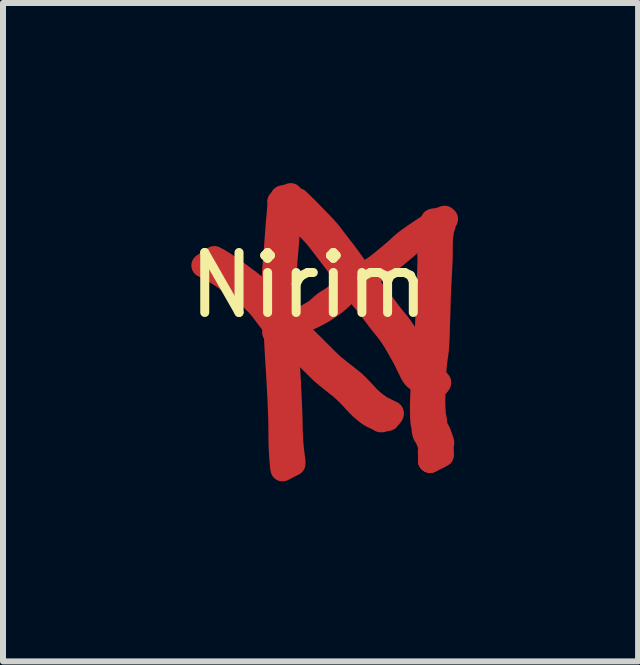
<source format=kicad_pcb>
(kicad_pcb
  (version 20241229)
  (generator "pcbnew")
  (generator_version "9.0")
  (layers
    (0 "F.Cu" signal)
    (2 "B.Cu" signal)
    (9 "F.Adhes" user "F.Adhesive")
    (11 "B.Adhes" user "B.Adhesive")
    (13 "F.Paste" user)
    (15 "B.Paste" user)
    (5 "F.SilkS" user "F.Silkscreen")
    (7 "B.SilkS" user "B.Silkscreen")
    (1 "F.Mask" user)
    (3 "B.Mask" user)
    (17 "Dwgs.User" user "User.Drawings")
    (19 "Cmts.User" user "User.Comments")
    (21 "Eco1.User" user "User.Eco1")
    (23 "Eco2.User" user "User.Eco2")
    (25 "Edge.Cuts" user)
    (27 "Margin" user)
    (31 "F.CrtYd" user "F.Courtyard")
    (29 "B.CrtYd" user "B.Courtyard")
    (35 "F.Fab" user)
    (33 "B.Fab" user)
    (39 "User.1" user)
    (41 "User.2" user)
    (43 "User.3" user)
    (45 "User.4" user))
  (footprint "Nirim"
    (layer "F.Cu")
    (at 2.101 2.204)
    (property "Reference" "Nirim" (at 0 -0.5 0) (unlocked yes) (layer "F.SilkS") (effects (font (size 1 1) (thickness 0.15))))
    (attr smd)
    (fp_poly (pts (xy -0.377 -1.803) (xy -0.377 -1.803) (xy -0.377 -1.803)) (stroke (width 0.4) (type solid)) (fill yes) (layer "F.Cu"))
    (fp_poly (pts (xy 0.435 -0.307) (xy 0.432 -0.305) (xy 0.437 -0.308)) (stroke (width 0.4) (type solid)) (fill yes) (layer "F.Cu"))
    (fp_poly (pts (xy -0.177 0.122) (xy -0.185 0.127) (xy -0.173 0.119) (xy -0.164 0.113)) (stroke (width 0.4) (type solid)) (fill yes) (layer "F.Cu"))
    (fp_poly (pts (xy 0.989 -0.558) (xy 0.989 -0.558) (xy 0.987 -0.559) (xy 0.987 -0.559)) (stroke (width 0.4) (type solid)) (fill yes) (layer "F.Cu"))
    (fp_poly (pts (xy 2.119 1.111) (xy 2.079 1.134) (xy 2.079 1.134) (xy 2.119 1.111)) (stroke (width 0.4) (type solid)) (fill yes) (layer "F.Cu"))
    (fp_poly (pts (xy 2.163 1.126) (xy 2.159 1.128) (xy 2.159 1.128) (xy 2.171 1.121)) (stroke (width 0.4) (type solid)) (fill yes) (layer "F.Cu"))
    (fp_poly (pts (xy -0.556 0.201) (xy -0.537 0.223) (xy -0.544 0.227) (xy -0.557 0.235) (xy -0.559 0.197)) (stroke (width 0.4) (type solid)) (fill yes) (layer "F.Cu"))
    (fp_poly (pts (xy 0.003 0.001) (xy 0.023 -0.011) (xy 0.025 -0.013) (xy 0.032 -0.017) (xy 0.037 -0.019)) (stroke (width 0.4) (type solid)) (fill yes) (layer "F.Cu"))
    (fp_poly (pts (xy 0.762 -0.478) (xy 0.732 -0.461) (xy 0.74 -0.466) (xy 0.751 -0.476) (xy 0.758 -0.482)) (stroke (width 0.4) (type solid)) (fill yes) (layer "F.Cu"))
    (fp_poly (pts (xy 0.781 -0.488) (xy 0.766 -0.478) (xy 0.764 -0.476) (xy 0.762 -0.478) (xy 0.796 -0.497)) (stroke (width 0.4) (type solid)) (fill yes) (layer "F.Cu"))
    (fp_poly (pts (xy -0.264 0.183) (xy -0.279 0.195) (xy -0.28 0.197) (xy -0.287 0.19) (xy -0.271 0.183) (xy -0.254 0.175)) (stroke (width 0.4) (type solid)) (fill yes) (layer "F.Cu"))
    (fp_poly (pts (xy 2.079 1.139) (xy 2.032 1.165) (xy 1.956 1.207) (xy 1.956 1.206) (xy 1.969 1.198) (xy 2.079 1.134)) (stroke (width 0.4) (type solid)) (fill yes) (layer "F.Cu"))
    (fp_poly (pts (xy -0.154 0.125) (xy -0.206 0.152) (xy -0.238 0.168) (xy -0.254 0.175) (xy -0.249 0.171) (xy -0.163 0.129) (xy -0.151 0.123)) (stroke (width 0.4) (type solid)) (fill yes) (layer "F.Cu"))
    (fp_poly (pts (xy -0.554 0.311) (xy -0.554 0.311) (xy -0.558 0.311) (xy -0.56 0.311) (xy -0.56 0.309) (xy -0.559 0.307) (xy -0.554 0.305) (xy -0.554 0.305)) (stroke (width 0.4) (type solid)) (fill yes) (layer "F.Cu"))
    (fp_poly (pts (xy -0.375 0.209) (xy -0.376 0.21) (xy -0.376 0.203) (xy -0.377 0.195) (xy -0.38 0.188) (xy -0.382 0.184) (xy -0.379 0.18) (xy -0.376 0.177)) (stroke (width 0.4) (type solid)) (fill yes) (layer "F.Cu"))
    (fp_poly (pts (xy -0.199 0.135) (xy -0.231 0.158) (xy -0.248 0.17) (xy -0.249 0.171) (xy -0.288 0.189) (xy -0.289 0.188) (xy -0.221 0.148) (xy -0.185 0.127)) (stroke (width 0.4) (type solid)) (fill yes) (layer "F.Cu"))
    (fp_poly (pts (xy 0.728 -0.457) (xy 0.686 -0.427) (xy 0.67 -0.42) (xy 0.636 -0.405) (xy 0.594 -0.384) (xy 0.63 -0.404) (xy 0.694 -0.439) (xy 0.732 -0.461)) (stroke (width 0.4) (type solid)) (fill yes) (layer "F.Cu"))
    (fp_poly (pts (xy 0.98 -0.567) (xy 0.981 -0.563) (xy 0.98 -0.564) (xy 0.977 -0.565) (xy 0.975 -0.567) (xy 0.973 -0.569) (xy 0.969 -0.573) (xy 0.977 -0.577)) (stroke (width 0.4) (type solid)) (fill yes) (layer "F.Cu"))
    (fp_poly (pts (xy 0.982 -0.562) (xy 0.985 -0.56) (xy 0.987 -0.559) (xy 0.986 -0.559) (xy 0.984 -0.56) (xy 0.982 -0.561) (xy 0.982 -0.561) (xy 0.981 -0.563)) (stroke (width 0.4) (type solid)) (fill yes) (layer "F.Cu"))
    (fp_poly (pts (xy 2.018 2.425) (xy 2.019 2.426) (xy 2.019 2.427) (xy 2.02 2.429) (xy 2.021 2.429) (xy 2.02 2.428) (xy 2.017 2.425) (xy 2.018 2.424)) (stroke (width 0.4) (type solid)) (fill yes) (layer "F.Cu"))
    (fp_poly (pts (xy 0.536 -0.362) (xy 0.484 -0.332) (xy 0.427 -0.299) (xy 0.427 -0.3) (xy 0.435 -0.307) (xy 0.448 -0.314) (xy 0.505 -0.347) (xy 0.538 -0.365) (xy 0.542 -0.366)) (stroke (width 0.4) (type solid)) (fill yes) (layer "F.Cu"))
    (fp_poly (pts (xy -0.374 0.243) (xy -0.437 0.27) (xy -0.436 0.269) (xy -0.421 0.259) (xy -0.411 0.253) (xy -0.403 0.246) (xy -0.395 0.24) (xy -0.39 0.234) (xy -0.383 0.232) (xy -0.374 0.228)) (stroke (width 0.4) (type solid)) (fill yes) (layer "F.Cu"))
    (fp_poly (pts (xy -0.483 0.278) (xy -0.481 0.28) (xy -0.49 0.29) (xy -0.494 0.295) (xy -0.499 0.297) (xy -0.498 0.293) (xy -0.498 0.29) (xy -0.499 0.286) (xy -0.5 0.283) (xy -0.502 0.281) (xy -0.487 0.274)) (stroke (width 0.4) (type solid)) (fill yes) (layer "F.Cu"))
    (fp_poly (pts (xy -0.376 0.21) (xy -0.379 0.218) (xy -0.383 0.225) (xy -0.388 0.232) (xy -0.39 0.234) (xy -0.399 0.238) (xy -0.414 0.243) (xy -0.409 0.238) (xy -0.393 0.224) (xy -0.377 0.21) (xy -0.376 0.21)) (stroke (width 0.4) (type solid)) (fill yes) (layer "F.Cu"))
    (fp_poly (pts (xy -0.441 -1.963) (xy -0.44 -1.962) (xy -0.438 -1.962) (xy -0.436 -1.961) (xy -0.434 -1.96) (xy -0.434 -1.96) (xy -0.438 -1.96) (xy -0.441 -1.96) (xy -0.443 -1.96) (xy -0.445 -1.96) (xy -0.446 -1.961) (xy -0.443 -1.963)) (stroke (width 0.4) (type solid)) (fill yes) (layer "F.Cu"))
    (fp_poly (pts (xy -0.423 0.254) (xy -0.436 0.269) (xy -0.441 0.272) (xy -0.463 0.282) (xy -0.474 0.287) (xy -0.481 0.28) (xy -0.47 0.267) (xy -0.469 0.265) (xy -0.468 0.265) (xy -0.451 0.258) (xy -0.434 0.251) (xy -0.414 0.243)) (stroke (width 0.4) (type solid)) (fill yes) (layer "F.Cu"))
    (fp_poly (pts (xy -0.361 0.159) (xy -0.376 0.177) (xy -0.377 0.166) (xy -0.376 0.165) (xy -0.374 0.164) (xy -0.373 0.164) (xy -0.371 0.163) (xy -0.369 0.162) (xy -0.368 0.161) (xy -0.367 0.161) (xy -0.366 0.161) (xy -0.36 0.158)) (stroke (width 0.4) (type solid)) (fill yes) (layer "F.Cu"))
    (fp_poly (pts (xy -0.379 0.095) (xy -0.35 0.128) (xy -0.339 0.139) (xy -0.339 0.139) (xy -0.343 0.141) (xy -0.346 0.144) (xy -0.353 0.151) (xy -0.358 0.155) (xy -0.36 0.156) (xy -0.368 0.16) (xy -0.377 0.163) (xy -0.377 0.163) (xy -0.379 0.095)) (stroke (width 0.4) (type solid)) (fill yes) (layer "F.Cu"))
    (fp_poly (pts (xy 0.12 -0.043) (xy 0.091 -0.026) (xy 0.086 -0.024) (xy 0.085 -0.024) (xy 0.086 -0.025) (xy 0.173 -0.084) (xy 0.178 -0.087) (xy 0.196 -0.095) (xy 0.213 -0.103) (xy 0.23 -0.112) (xy 0.246 -0.121) (xy 0.263 -0.13) (xy 0.28 -0.139)) (stroke (width 0.4) (type solid)) (fill yes) (layer "F.Cu"))
    (fp_poly (pts (xy 0.681 -0.417) (xy 0.668 -0.408) (xy 0.655 -0.399) (xy 0.642 -0.39) (xy 0.629 -0.381) (xy 0.623 -0.377) (xy 0.629 -0.382) (xy 0.641 -0.392) (xy 0.653 -0.401) (xy 0.665 -0.411) (xy 0.677 -0.42) (xy 0.686 -0.427) (xy 0.687 -0.427) (xy 0.701 -0.432)) (stroke (width 0.4) (type solid)) (fill yes) (layer "F.Cu"))
    (fp_poly (pts (xy -0.333 0.145) (xy -0.349 0.152) (xy -0.36 0.158) (xy -0.358 0.155) (xy -0.343 0.149) (xy -0.342 0.148) (xy -0.341 0.147) (xy -0.34 0.147) (xy -0.339 0.146) (xy -0.338 0.146) (xy -0.337 0.146) (xy -0.336 0.145) (xy -0.335 0.145) (xy -0.334 0.145) (xy -0.334 0.145)) (stroke (width 0.4) (type solid)) (fill yes) (layer "F.Cu"))
    (fp_poly (pts (xy 0.785 -0.472) (xy 0.785 -0.472) (xy 0.785 -0.472) (xy 0.785 -0.472) (xy 0.785 -0.472) (xy 0.785 -0.472) (xy 0.785 -0.472) (xy 0.785 -0.472) (xy 0.785 -0.472) (xy 0.785 -0.472) (xy 0.785 -0.472) (xy 0.785 -0.472) (xy 0.785 -0.472) (xy 0.785 -0.472) (xy 0.785 -0.472)) (stroke (width 0.4) (type solid)) (fill yes) (layer "F.Cu"))
    (fp_poly (pts (xy 2.159 1.129) (xy 2.159 1.135) (xy 2.158 1.141) (xy 2.156 1.146) (xy 2.153 1.151) (xy 2.15 1.156) (xy 2.145 1.161) (xy 2.14 1.165) (xy 2.135 1.169) (xy 2.122 1.177) (xy 2.107 1.184) (xy 2.091 1.191) (xy 2.077 1.196) (xy 2.078 1.175) (xy 2.159 1.128)) (stroke (width 0.4) (type solid)) (fill yes) (layer "F.Cu"))
    (fp_poly (pts (xy -0.306 0.171) (xy -0.299 0.178) (xy -0.292 0.186) (xy -0.289 0.188) (xy -0.302 0.197) (xy -0.288 0.189) (xy -0.287 0.19) (xy -0.303 0.198) (xy -0.336 0.212) (xy -0.352 0.219) (xy -0.367 0.225) (xy -0.374 0.228) (xy -0.375 0.209) (xy -0.36 0.197) (xy -0.342 0.185) (xy -0.324 0.173) (xy -0.312 0.165)) (stroke (width 0.4) (type solid)) (fill yes) (layer "F.Cu"))
    (fp_poly (pts (xy 0.822 -0.545) (xy 0.816 -0.538) (xy 0.806 -0.528) (xy 0.795 -0.517) (xy 0.785 -0.506) (xy 0.774 -0.496) (xy 0.763 -0.486) (xy 0.758 -0.482) (xy 0.753 -0.487) (xy 0.738 -0.504) (xy 0.736 -0.506) (xy 0.746 -0.512) (xy 0.764 -0.522) (xy 0.783 -0.531) (xy 0.802 -0.539) (xy 0.82 -0.547) (xy 0.825 -0.549)) (stroke (width 0.4) (type solid)) (fill yes) (layer "F.Cu"))
    (fp_poly (pts (xy -0.427 -1.96) (xy -0.425 -1.96) (xy -0.424 -1.96) (xy -0.423 -1.96) (xy -0.422 -1.96) (xy -0.422 -1.959) (xy -0.421 -1.959) (xy -0.421 -1.958) (xy -0.42 -1.958) (xy -0.42 -1.957) (xy -0.422 -1.957) (xy -0.423 -1.958) (xy -0.425 -1.958) (xy -0.426 -1.958) (xy -0.428 -1.959) (xy -0.43 -1.959) (xy -0.433 -1.96) (xy -0.434 -1.96) (xy -0.429 -1.96)) (stroke (width 0.4) (type solid)) (fill yes) (layer "F.Cu"))
    (fp_poly (pts (xy 0.989 -0.558) (xy 0.99 -0.558) (xy 0.991 -0.557) (xy 0.993 -0.557) (xy 0.998 -0.553) (xy 1.002 -0.55) (xy 1.005 -0.547) (xy 1.007 -0.543) (xy 1.007 -0.54) (xy 1.006 -0.536) (xy 1.004 -0.533) (xy 1.001 -0.529) (xy 0.997 -0.525) (xy 0.995 -0.524) (xy 0.992 -0.531) (xy 0.989 -0.54) (xy 0.985 -0.549) (xy 0.984 -0.555) (xy 0.989 -0.558)) (stroke (width 0.4) (type solid)) (fill yes) (layer "F.Cu"))
    (fp_poly (pts (xy 1.956 1.206) (xy 1.953 1.208) (xy 1.952 1.208) (xy 1.952 1.208) (xy 1.952 1.208) (xy 1.952 1.208) (xy 1.952 1.208) (xy 1.952 1.208) (xy 1.952 1.209) (xy 1.952 1.209) (xy 1.952 1.209) (xy 1.938 1.217) (xy 1.938 1.217) (xy 1.938 1.217) (xy 1.938 1.217) (xy 1.938 1.217) (xy 1.938 1.217) (xy 1.938 1.216) (xy 1.939 1.216) (xy 1.941 1.214) (xy 1.942 1.214) (xy 1.943 1.213) (xy 1.955 1.206)) (stroke (width 0.4) (type solid)) (fill yes) (layer "F.Cu"))
    (fp_poly (pts (xy 2.016 2.423) (xy 2.016 2.423) (xy 2.017 2.425) (xy 2.015 2.425) (xy 2.015 2.425) (xy 2.015 2.425) (xy 2.015 2.425) (xy 2.015 2.425) (xy 2.015 2.425) (xy 2.015 2.425) (xy 2.015 2.425) (xy 2.015 2.425) (xy 2.015 2.425) (xy 2.016 2.424) (xy 2.016 2.424) (xy 2.016 2.424) (xy 2.016 2.424) (xy 2.016 2.423) (xy 2.016 2.423) (xy 2.016 2.423) (xy 2.016 2.423) (xy 2.016 2.423) (xy 2.016 2.423) (xy 2.016 2.423)) (stroke (width 0.4) (type solid)) (fill yes) (layer "F.Cu"))
    (fp_poly (pts (xy -0.554 0.304) (xy -0.554 0.305) (xy -0.556 0.305) (xy -0.558 0.306) (xy -0.56 0.306) (xy -0.561 0.307) (xy -0.562 0.307) (xy -0.563 0.308) (xy -0.563 0.308) (xy -0.564 0.308) (xy -0.565 0.309) (xy -0.566 0.31) (xy -0.566 0.31) (xy -0.572 0.303) (xy -0.576 0.295) (xy -0.58 0.288) (xy -0.581 0.281) (xy -0.582 0.275) (xy -0.581 0.268) (xy -0.58 0.262) (xy -0.577 0.257) (xy -0.574 0.251) (xy -0.569 0.246) (xy -0.564 0.241) (xy -0.558 0.236) (xy -0.557 0.235)) (stroke (width 0.4) (type solid)) (fill yes) (layer "F.Cu"))
    (fp_poly (pts (xy 0.709 -0.537) (xy 0.724 -0.52) (xy 0.736 -0.506) (xy 0.728 -0.502) (xy 0.591 -0.419) (xy 0.535 -0.378) (xy 0.506 -0.357) (xy 0.478 -0.337) (xy 0.465 -0.328) (xy 0.452 -0.319) (xy 0.439 -0.31) (xy 0.437 -0.308) (xy 0.439 -0.31) (xy 0.45 -0.32) (xy 0.463 -0.33) (xy 0.475 -0.339) (xy 0.487 -0.349) (xy 0.499 -0.358) (xy 0.524 -0.377) (xy 0.536 -0.385) (xy 0.548 -0.395) (xy 0.56 -0.404) (xy 0.571 -0.414) (xy 0.582 -0.424) (xy 0.593 -0.434) (xy 0.604 -0.444) (xy 0.614 -0.454) (xy 0.625 -0.467) (xy 0.637 -0.478) (xy 0.649 -0.49) (xy 0.661 -0.501) (xy 0.673 -0.512) (xy 0.686 -0.523) (xy 0.699 -0.534) (xy 0.706 -0.54)) (stroke (width 0.4) (type solid)) (fill yes) (layer "F.Cu"))
    (fp_poly (pts (xy 0.769 -0.471) (xy 0.773 -0.466) (xy 0.778 -0.462) (xy 0.782 -0.457) (xy 0.787 -0.453) (xy 0.792 -0.448) (xy 0.794 -0.447) (xy 0.798 -0.434) (xy 0.799 -0.433) (xy 0.797 -0.433) (xy 0.794 -0.433) (xy 0.792 -0.433) (xy 0.79 -0.433) (xy 0.788 -0.433) (xy 0.783 -0.433) (xy 0.779 -0.434) (xy 0.77 -0.435) (xy 0.765 -0.435) (xy 0.761 -0.436) (xy 0.757 -0.436) (xy 0.753 -0.436) (xy 0.749 -0.437) (xy 0.744 -0.437) (xy 0.74 -0.437) (xy 0.736 -0.437) (xy 0.732 -0.436) (xy 0.728 -0.436) (xy 0.724 -0.436) (xy 0.719 -0.435) (xy 0.715 -0.435) (xy 0.711 -0.434) (xy 0.703 -0.432) (xy 0.701 -0.432) (xy 0.738 -0.458) (xy 0.752 -0.468) (xy 0.764 -0.476)) (stroke (width 0.4) (type solid)) (fill yes) (layer "F.Cu"))
    (fp_poly (pts (xy -0.502 0.281) (xy -0.502 0.281) (xy -0.503 0.281) (xy -0.538 0.298) (xy -0.539 0.299) (xy -0.54 0.3) (xy -0.54 0.3) (xy -0.541 0.301) (xy -0.542 0.301) (xy -0.543 0.301) (xy -0.545 0.302) (xy -0.547 0.303) (xy -0.548 0.303) (xy -0.552 0.304) (xy -0.554 0.305) (xy -0.554 0.304) (xy -0.55 0.301) (xy -0.545 0.299) (xy -0.541 0.297) (xy -0.537 0.295) (xy -0.533 0.293) (xy -0.525 0.29) (xy -0.517 0.286) (xy -0.515 0.285) (xy -0.513 0.285) (xy -0.512 0.284) (xy -0.511 0.284) (xy -0.511 0.284) (xy -0.51 0.283) (xy -0.509 0.283) (xy -0.509 0.283) (xy -0.508 0.282) (xy -0.508 0.281) (xy -0.507 0.281) (xy -0.507 0.28) (xy -0.506 0.279) (xy -0.506 0.278)) (stroke (width 0.4) (type solid)) (fill yes) (layer "F.Cu"))
    (fp_poly (pts (xy 2.079 1.134) (xy 2.044 1.154) (xy 1.998 1.181) (xy 1.969 1.198) (xy 1.955 1.206) (xy 1.955 1.206) (xy 1.954 1.204) (xy 1.955 1.203) (xy 1.959 1.201) (xy 1.962 1.198) (xy 1.965 1.197) (xy 1.97 1.193) (xy 1.974 1.191) (xy 1.977 1.189) (xy 1.98 1.188) (xy 1.982 1.186) (xy 1.983 1.186) (xy 1.984 1.185) (xy 1.985 1.185) (xy 1.985 1.184) (xy 1.986 1.183) (xy 1.986 1.183) (xy 1.986 1.182) (xy 1.986 1.181) (xy 1.987 1.18) (xy 1.987 1.179) (xy 1.987 1.176) (xy 1.987 1.167) (xy 1.99 1.164) (xy 2.015 1.157) (xy 2.022 1.154) (xy 2.024 1.153) (xy 2.027 1.152) (xy 2.033 1.149) (xy 2.042 1.144) (xy 2.056 1.136) (xy 2.077 1.125) (xy 2.079 1.124)) (stroke (width 0.4) (type solid)) (fill yes) (layer "F.Cu"))
    (fp_poly (pts (xy 0.426 -0.301) (xy 0.412 -0.292) (xy 0.399 -0.284) (xy 0.385 -0.276) (xy 0.372 -0.268) (xy 0.427 -0.299) (xy 0.297 -0.18) (xy 0.284 -0.168) (xy 0.27 -0.157) (xy 0.256 -0.146) (xy 0.242 -0.135) (xy 0.228 -0.124) (xy 0.213 -0.113) (xy 0.199 -0.102) (xy 0.184 -0.092) (xy 0.173 -0.084) (xy 0.161 -0.079) (xy 0.144 -0.071) (xy 0.125 -0.063) (xy 0.106 -0.054) (xy 0.069 -0.035) (xy 0.037 -0.019) (xy 0.117 -0.065) (xy 0.119 -0.067) (xy 0.118 -0.066) (xy 0.107 -0.06) (xy 0.077 -0.043) (xy 0.05 -0.028) (xy 0.062 -0.036) (xy 0.081 -0.049) (xy 0.1 -0.062) (xy 0.119 -0.076) (xy 0.137 -0.09) (xy 0.155 -0.105) (xy 0.168 -0.116) (xy 0.181 -0.128) (xy 0.207 -0.152) (xy 0.22 -0.164) (xy 0.233 -0.175) (xy 0.246 -0.186) (xy 0.26 -0.197) (xy 0.284 -0.214) (xy 0.313 -0.233) (xy 0.38 -0.275) (xy 0.432 -0.305)) (stroke (width 0.4) (type solid)) (fill yes) (layer "F.Cu"))
    (fp_poly (pts (xy 0.042 -0.024) (xy 0.025 -0.013) (xy -0.004 0.003) (xy -0.081 0.041) (xy -0.119 0.06) (xy -0.157 0.08) (xy -0.193 0.1) (xy -0.231 0.12) (xy -0.268 0.14) (xy -0.306 0.162) (xy -0.312 0.165) (xy -0.321 0.157) (xy -0.333 0.145) (xy -0.333 0.145) (xy -0.333 0.145) (xy -0.333 0.145) (xy -0.333 0.145) (xy -0.332 0.145) (xy -0.331 0.145) (xy -0.33 0.146) (xy -0.329 0.146) (xy -0.327 0.146) (xy -0.328 0.143) (xy -0.331 0.144) (xy -0.333 0.145) (xy -0.339 0.139) (xy -0.337 0.138) (xy -0.334 0.137) (xy -0.332 0.138) (xy -0.33 0.14) (xy -0.328 0.142) (xy -0.328 0.143) (xy -0.322 0.14) (xy -0.313 0.136) (xy -0.304 0.132) (xy -0.295 0.129) (xy -0.226 0.102) (xy -0.21 0.095) (xy -0.195 0.089) (xy -0.179 0.082) (xy -0.164 0.076) (xy -0.132 0.062) (xy -0.101 0.047) (xy -0.069 0.033) (xy -0.038 0.018) (xy -0.009 0.003) (xy 0.02 -0.012) (xy 0.049 -0.028) (xy 0.05 -0.028)) (stroke (width 0.4) (type solid)) (fill yes) (layer "F.Cu"))
    (fp_poly (pts (xy 1.957 1.209) (xy 1.959 1.212) (xy 1.959 1.212) (xy 1.959 1.212) (xy 1.959 1.212) (xy 1.958 1.212) (xy 1.958 1.212) (xy 1.958 1.212) (xy 1.958 1.212) (xy 1.958 1.212) (xy 1.959 1.212) (xy 1.959 1.213) (xy 1.96 1.214) (xy 1.961 1.215) (xy 1.961 1.216) (xy 1.961 1.216) (xy 1.961 1.217) (xy 1.961 1.217) (xy 1.961 1.217) (xy 1.962 1.217) (xy 1.962 1.217) (xy 1.961 1.218) (xy 1.961 1.218) (xy 1.961 1.218) (xy 1.961 1.218) (xy 1.961 1.218) (xy 1.96 1.218) (xy 1.96 1.217) (xy 1.96 1.217) (xy 1.96 1.217) (xy 1.96 1.217) (xy 1.959 1.217) (xy 1.959 1.217) (xy 1.959 1.217) (xy 1.959 1.216) (xy 1.959 1.216) (xy 1.958 1.216) (xy 1.958 1.216) (xy 1.958 1.215) (xy 1.958 1.215) (xy 1.957 1.214) (xy 1.957 1.213) (xy 1.957 1.213) (xy 1.956 1.212) (xy 1.956 1.212) (xy 1.956 1.211) (xy 1.956 1.211) (xy 1.955 1.211) (xy 1.955 1.211) (xy 1.955 1.211) (xy 1.955 1.21) (xy 1.953 1.209) (xy 1.953 1.209) (xy 1.953 1.209) (xy 1.952 1.209) (xy 1.952 1.209) (xy 1.952 1.209) (xy 1.956 1.207)) (stroke (width 0.4) (type solid)) (fill yes) (layer "F.Cu"))
    (fp_poly (pts (xy -1.539 -0.931) (xy -1.498 -0.909) (xy -1.459 -0.885) (xy -1.42 -0.861) (xy -1.382 -0.836) (xy -1.344 -0.81) (xy -1.268 -0.758) (xy -1.034 -0.586) (xy -0.977 -0.542) (xy -0.919 -0.497) (xy -0.863 -0.451) (xy -0.808 -0.404) (xy -0.798 -0.395) (xy -0.788 -0.386) (xy -0.768 -0.367) (xy -0.728 -0.329) (xy -0.705 -0.307) (xy -0.683 -0.284) (xy -0.662 -0.26) (xy -0.641 -0.237) (xy -0.601 -0.188) (xy -0.578 -0.157) (xy -0.571 -0.021) (xy -0.563 0.133) (xy -0.559 0.197) (xy -0.57 0.184) (xy -0.577 0.176) (xy -0.584 0.167) (xy -0.624 0.118) (xy -0.662 0.068) (xy -0.737 -0.032) (xy -0.775 -0.082) (xy -0.815 -0.13) (xy -0.835 -0.154) (xy -0.856 -0.178) (xy -0.878 -0.2) (xy -0.9 -0.223) (xy -0.939 -0.26) (xy -0.959 -0.279) (xy -0.969 -0.288) (xy -0.979 -0.297) (xy -1.034 -0.345) (xy -1.09 -0.391) (xy -1.147 -0.435) (xy -1.205 -0.479) (xy -1.263 -0.522) (xy -1.322 -0.564) (xy -1.441 -0.648) (xy -1.518 -0.698) (xy -1.557 -0.723) (xy -1.596 -0.747) (xy -1.636 -0.77) (xy -1.677 -0.792) (xy -1.698 -0.802) (xy -1.718 -0.811) (xy -1.74 -0.821) (xy -1.761 -0.829) (xy -1.761 -0.829) (xy -1.579 -0.953)) (stroke (width 0.4) (type solid)) (fill yes) (layer "F.Cu"))
    (fp_poly (pts (xy 0.612 -0.367) (xy 0.595 -0.352) (xy 0.563 -0.322) (xy 0.498 -0.261) (xy 0.485 -0.249) (xy 0.471 -0.238) (xy 0.458 -0.227) (xy 0.444 -0.215) (xy 0.431 -0.204) (xy 0.417 -0.193) (xy 0.402 -0.183) (xy 0.388 -0.172) (xy 0.355 -0.149) (xy 0.321 -0.126) (xy 0.287 -0.103) (xy 0.253 -0.081) (xy 0.218 -0.06) (xy 0.183 -0.04) (xy 0.147 -0.021) (xy 0.11 -0.002) (xy 0.094 0.007) (xy 0.077 0.015) (xy 0.061 0.023) (xy 0.044 0.031) (xy 0.011 0.046) (xy -0.023 0.061) (xy -0.058 0.078) (xy -0.093 0.095) (xy -0.151 0.123) (xy -0.102 0.098) (xy -0.05 0.07) (xy 0.001 0.041) (xy 0.103 -0.017) (xy 0.204 -0.077) (xy 0.224 -0.09) (xy 0.244 -0.102) (xy 0.264 -0.116) (xy 0.283 -0.129) (xy 0.302 -0.143) (xy 0.321 -0.157) (xy 0.339 -0.172) (xy 0.357 -0.187) (xy 0.383 -0.211) (xy 0.396 -0.222) (xy 0.408 -0.234) (xy 0.422 -0.245) (xy 0.435 -0.256) (xy 0.442 -0.262) (xy 0.449 -0.267) (xy 0.456 -0.272) (xy 0.463 -0.277) (xy 0.476 -0.287) (xy 0.49 -0.296) (xy 0.504 -0.304) (xy 0.518 -0.313) (xy 0.537 -0.324) (xy 0.575 -0.347) (xy 0.589 -0.355) (xy 0.602 -0.363) (xy 0.616 -0.372) (xy 0.623 -0.377)) (stroke (width 0.4) (type solid)) (fill yes) (layer "F.Cu"))
    (fp_poly (pts (xy -0.377 0.166) (xy -0.379 0.167) (xy -0.381 0.168) (xy -0.382 0.169) (xy -0.384 0.17) (xy -0.386 0.171) (xy -0.387 0.171) (xy -0.388 0.172) (xy -0.389 0.172) (xy -0.39 0.172) (xy -0.391 0.172) (xy -0.391 0.172) (xy -0.392 0.172) (xy -0.385 0.18) (xy -0.382 0.184) (xy -0.387 0.19) (xy -0.396 0.199) (xy -0.404 0.207) (xy -0.408 0.21) (xy -0.411 0.213) (xy -0.415 0.215) (xy -0.418 0.216) (xy -0.421 0.216) (xy -0.424 0.215) (xy -0.424 0.215) (xy -0.444 0.237) (xy -0.469 0.265) (xy -0.477 0.269) (xy -0.486 0.273) (xy -0.487 0.274) (xy -0.527 0.234) (xy -0.537 0.223) (xy -0.527 0.218) (xy -0.509 0.21) (xy -0.49 0.203) (xy -0.486 0.201) (xy -0.431 0.201) (xy -0.43 0.207) (xy -0.428 0.211) (xy -0.426 0.213) (xy -0.424 0.215) (xy -0.411 0.201) (xy -0.41 0.2) (xy -0.41 0.2) (xy -0.41 0.2) (xy -0.41 0.199) (xy -0.41 0.199) (xy -0.41 0.199) (xy -0.411 0.199) (xy -0.411 0.199) (xy -0.411 0.198) (xy -0.412 0.198) (xy -0.413 0.198) (xy -0.414 0.198) (xy -0.416 0.198) (xy -0.419 0.199) (xy -0.422 0.199) (xy -0.424 0.199) (xy -0.425 0.199) (xy -0.426 0.199) (xy -0.427 0.199) (xy -0.431 0.201) (xy -0.486 0.201) (xy -0.45 0.189) (xy -0.41 0.176) (xy -0.393 0.17) (xy -0.377 0.163)) (stroke (width 0.4) (type solid)) (fill yes) (layer "F.Cu"))
    (fp_poly (pts (xy -0.439 0.32) (xy -0.394 0.362) (xy -0.368 0.386) (xy -0.352 0.791) (xy -0.324 1.336) (xy -0.312 1.609) (xy -0.308 1.745) (xy -0.306 1.881) (xy -0.3 2.031) (xy -0.296 2.099) (xy -0.293 2.136) (xy -0.29 2.177) (xy -0.285 2.228) (xy -0.28 2.274) (xy -0.274 2.32) (xy -0.268 2.37) (xy -0.267 2.378) (xy -0.266 2.385) (xy -0.263 2.401) (xy -0.262 2.409) (xy -0.261 2.416) (xy -0.26 2.424) (xy -0.259 2.432) (xy -0.259 2.437) (xy -0.259 2.443) (xy -0.259 2.448) (xy -0.259 2.454) (xy -0.259 2.465) (xy -0.259 2.47) (xy -0.259 2.476) (xy -0.442 2.57) (xy -0.444 2.561) (xy -0.446 2.551) (xy -0.447 2.546) (xy -0.448 2.541) (xy -0.449 2.536) (xy -0.45 2.531) (xy -0.45 2.523) (xy -0.451 2.515) (xy -0.452 2.499) (xy -0.454 2.484) (xy -0.455 2.468) (xy -0.463 2.37) (xy -0.466 2.325) (xy -0.47 2.27) (xy -0.473 2.189) (xy -0.475 2.122) (xy -0.477 1.969) (xy -0.478 1.833) (xy -0.481 1.697) (xy -0.492 1.424) (xy -0.506 1.151) (xy -0.522 0.879) (xy -0.534 0.693) (xy -0.544 0.506) (xy -0.553 0.329) (xy -0.519 0.329) (xy -0.519 0.329) (xy -0.518 0.328) (xy -0.515 0.325) (xy -0.51 0.32) (xy -0.506 0.313) (xy -0.502 0.305) (xy -0.501 0.304) (xy -0.504 0.307) (xy -0.513 0.319) (xy -0.518 0.326) (xy -0.519 0.328) (xy -0.519 0.329) (xy -0.553 0.329) (xy -0.554 0.311) (xy -0.542 0.309) (xy -0.526 0.306) (xy -0.507 0.3) (xy -0.499 0.297) (xy -0.499 0.297) (xy -0.5 0.301) (xy -0.501 0.304) (xy -0.494 0.295) (xy -0.486 0.292) (xy -0.474 0.287)) (stroke (width 0.4) (type solid)) (fill yes) (layer "F.Cu"))
    (fp_poly (pts (xy -0.279 0.198) (xy -0.264 0.211) (xy -0.234 0.238) (xy -0.175 0.29) (xy -0.128 0.332) (xy -0.082 0.374) (xy -0.036 0.417) (xy 0.01 0.461) (xy 0.057 0.507) (xy 0.103 0.554) (xy 0.196 0.647) (xy 0.243 0.694) (xy 0.289 0.74) (xy 0.337 0.786) (xy 0.385 0.831) (xy 0.423 0.864) (xy 0.463 0.896) (xy 0.502 0.928) (xy 0.542 0.959) (xy 0.622 1.021) (xy 0.702 1.084) (xy 0.72 1.099) (xy 0.739 1.115) (xy 0.756 1.13) (xy 0.774 1.147) (xy 0.808 1.18) (xy 0.841 1.214) (xy 0.971 1.353) (xy 0.982 1.365) (xy 0.993 1.376) (xy 1.003 1.387) (xy 1.015 1.398) (xy 1.037 1.418) (xy 1.061 1.438) (xy 1.085 1.458) (xy 1.109 1.477) (xy 1.134 1.495) (xy 1.159 1.513) (xy 1.165 1.518) (xy 1.171 1.522) (xy 1.177 1.526) (xy 1.183 1.53) (xy 1.189 1.534) (xy 1.196 1.538) (xy 1.208 1.545) (xy 1.221 1.552) (xy 1.234 1.558) (xy 1.26 1.571) (xy 1.313 1.597) (xy 1.34 1.611) (xy 1.366 1.624) (xy 1.367 1.624) (xy 1.367 1.625) (xy 1.368 1.625) (xy 1.369 1.625) (xy 1.37 1.626) (xy 1.373 1.626) (xy 1.374 1.627) (xy 1.375 1.627) (xy 1.376 1.628) (xy 1.377 1.628) (xy 1.377 1.628) (xy 1.378 1.629) (xy 1.378 1.629) (xy 1.379 1.629) (xy 1.379 1.63) (xy 1.379 1.63) (xy 1.38 1.63) (xy 1.38 1.631) (xy 1.38 1.631) (xy 1.381 1.632) (xy 1.381 1.632) (xy 1.381 1.633) (xy 1.381 1.635) (xy 1.382 1.637) (xy 1.381 1.64) (xy 1.381 1.642) (xy 1.38 1.645) (xy 1.379 1.648) (xy 1.378 1.651) (xy 1.377 1.654) (xy 1.375 1.656) (xy 1.373 1.659) (xy 1.369 1.665) (xy 1.365 1.671) (xy 1.36 1.676) (xy 1.355 1.681) (xy 1.35 1.686) (xy 1.346 1.691) (xy 1.342 1.694) (xy 1.333 1.703) (xy 1.332 1.704) (xy 1.33 1.706) (xy 1.329 1.707) (xy 1.328 1.709) (xy 1.326 1.712) (xy 1.324 1.715) (xy 1.32 1.722) (xy 1.318 1.725) (xy 1.316 1.729) (xy 1.312 1.731) (xy 1.311 1.73) (xy 1.31 1.73) (xy 1.309 1.729) (xy 1.308 1.729) (xy 1.306 1.728) (xy 1.305 1.727) (xy 1.304 1.727) (xy 1.303 1.726) (xy 1.302 1.726) (xy 1.301 1.725) (xy 1.301 1.725) (xy 1.3 1.725) (xy 1.3 1.725) (xy 1.299 1.725) (xy 1.299 1.725) (xy 1.298 1.725) (xy 1.298 1.725) (xy 1.298 1.725) (xy 1.297 1.725) (xy 1.297 1.725) (xy 1.29 1.726) (xy 1.284 1.728) (xy 1.278 1.73) (xy 1.272 1.733) (xy 1.248 1.742) (xy 1.242 1.744) (xy 1.236 1.747) (xy 1.23 1.748) (xy 1.223 1.75) (xy 1.217 1.751) (xy 1.211 1.752) (xy 1.204 1.752) (xy 1.201 1.752) (xy 1.197 1.752) (xy 1.197 1.752) (xy 1.196 1.752) (xy 1.196 1.752) (xy 1.195 1.752) (xy 1.195 1.752) (xy 1.194 1.752) (xy 1.194 1.751) (xy 1.193 1.751) (xy 1.193 1.751) (xy 1.192 1.75) (xy 1.191 1.75) (xy 1.19 1.749) (xy 1.188 1.748) (xy 1.186 1.747) (xy 1.185 1.746) (xy 1.185 1.745) (xy 1.184 1.745) (xy 1.183 1.744) (xy 1.131 1.717) (xy 1.104 1.704) (xy 1.091 1.698) (xy 1.078 1.691) (xy 1.065 1.685) (xy 1.051 1.678) (xy 1.038 1.671) (xy 1.025 1.664) (xy 1.018 1.66) (xy 1.012 1.656) (xy 1.006 1.652) (xy 1 1.648) (xy 0.993 1.644) (xy 0.987 1.639) (xy 0.982 1.635) (xy 0.976 1.63) (xy 0.951 1.611) (xy 0.927 1.591) (xy 0.903 1.571) (xy 0.879 1.551) (xy 0.856 1.53) (xy 0.834 1.508) (xy 0.823 1.497) (xy 0.812 1.486) (xy 0.802 1.474) (xy 0.791 1.463) (xy 0.727 1.393) (xy 0.695 1.359) (xy 0.662 1.325) (xy 0.628 1.291) (xy 0.594 1.259) (xy 0.577 1.243) (xy 0.559 1.227) (xy 0.541 1.212) (xy 0.523 1.196) (xy 0.443 1.133) (xy 0.364 1.07) (xy 0.285 1.006) (xy 0.246 0.973) (xy 0.208 0.94) (xy -0.166 0.569) (xy -0.211 0.527) (xy -0.257 0.486) (xy -0.348 0.404) (xy -0.368 0.386) (xy -0.374 0.243) (xy -0.29 0.206) (xy -0.29 0.206) (xy -0.29 0.206) (xy -0.29 0.206) (xy -0.29 0.206) (xy -0.29 0.206) (xy -0.29 0.206) (xy -0.29 0.206) (xy -0.29 0.206) (xy -0.29 0.206) (xy -0.28 0.197)) (stroke (width 0.4) (type solid)) (fill yes) (layer "F.Cu"))
    (fp_poly (pts (xy -0.303 -1.996) (xy -0.301 -1.991) (xy -0.299 -1.986) (xy -0.298 -1.981) (xy -0.298 -1.977) (xy -0.296 -1.976) (xy -0.294 -1.975) (xy -0.292 -1.974) (xy -0.29 -1.972) (xy -0.288 -1.971) (xy -0.285 -1.97) (xy -0.281 -1.967) (xy -0.277 -1.963) (xy -0.273 -1.96) (xy -0.268 -1.957) (xy -0.264 -1.953) (xy -0.262 -1.952) (xy -0.26 -1.95) (xy -0.258 -1.948) (xy -0.256 -1.946) (xy -0.254 -1.944) (xy -0.252 -1.942) (xy -0.25 -1.94) (xy -0.249 -1.938) (xy -0.247 -1.936) (xy -0.245 -1.934) (xy -0.243 -1.932) (xy -0.242 -1.93) (xy -0.239 -1.927) (xy -0.237 -1.925) (xy -0.232 -1.921) (xy -0.223 -1.912) (xy -0.218 -1.908) (xy -0.216 -1.905) (xy -0.214 -1.903) (xy -0.19 -1.919) (xy -0.156 -1.887) (xy -0.123 -1.855) (xy -0.09 -1.823) (xy -0.057 -1.791) (xy -0.034 -1.768) (xy -0.012 -1.746) (xy 0.033 -1.699) (xy 0.123 -1.606) (xy 0.18 -1.548) (xy 0.208 -1.519) (xy 0.236 -1.49) (xy 0.264 -1.46) (xy 0.291 -1.43) (xy 0.318 -1.399) (xy 0.344 -1.368) (xy 0.524 -1.132) (xy 0.567 -1.078) (xy 0.609 -1.023) (xy 0.65 -0.967) (xy 0.671 -0.939) (xy 0.691 -0.911) (xy 0.708 -0.886) (xy 0.726 -0.861) (xy 0.744 -0.836) (xy 0.762 -0.811) (xy 0.78 -0.787) (xy 0.799 -0.763) (xy 0.817 -0.739) (xy 0.836 -0.715) (xy 0.851 -0.698) (xy 0.865 -0.681) (xy 0.879 -0.665) (xy 0.885 -0.658) (xy 0.872 -0.65) (xy 0.843 -0.632) (xy 0.829 -0.622) (xy 0.814 -0.613) (xy 0.789 -0.595) (xy 0.763 -0.579) (xy 0.737 -0.561) (xy 0.724 -0.553) (xy 0.712 -0.544) (xy 0.706 -0.54) (xy 0.694 -0.554) (xy 0.68 -0.57) (xy 0.652 -0.605) (xy 0.632 -0.629) (xy 0.614 -0.653) (xy 0.595 -0.677) (xy 0.577 -0.702) (xy 0.559 -0.727) (xy 0.541 -0.752) (xy 0.507 -0.802) (xy 0.466 -0.858) (xy 0.425 -0.913) (xy 0.383 -0.968) (xy 0.34 -1.023) (xy 0.161 -1.258) (xy 0.135 -1.289) (xy 0.109 -1.32) (xy 0.082 -1.35) (xy 0.055 -1.38) (xy 0.027 -1.409) (xy -0.001 -1.438) (xy -0.03 -1.467) (xy -0.059 -1.495) (xy -0.15 -1.587) (xy -0.195 -1.633) (xy -0.241 -1.678) (xy -0.274 -1.71) (xy -0.291 -1.726) (xy -0.307 -1.742) (xy -0.32 -1.754) (xy -0.32 -1.751) (xy -0.329 -1.667) (xy -0.337 -1.584) (xy -0.347 -1.462) (xy -0.357 -1.341) (xy -0.375 -1.098) (xy -0.387 -0.968) (xy -0.397 -0.838) (xy -0.401 -0.772) (xy -0.404 -0.707) (xy -0.406 -0.642) (xy -0.406 -0.576) (xy -0.404 -0.422) (xy -0.398 -0.268) (xy -0.391 -0.114) (xy -0.382 0.04) (xy -0.379 0.095) (xy -0.394 0.079) (xy -0.401 0.07) (xy -0.408 0.062) (xy -0.448 0.013) (xy -0.487 -0.037) (xy -0.563 -0.138) (xy -0.578 -0.157) (xy -0.579 -0.175) (xy -0.585 -0.328) (xy -0.589 -0.483) (xy -0.59 -0.548) (xy -0.589 -0.614) (xy -0.586 -0.679) (xy -0.582 -0.745) (xy -0.571 -0.876) (xy -0.559 -1.006) (xy -0.542 -1.249) (xy -0.533 -1.37) (xy -0.524 -1.491) (xy -0.52 -1.536) (xy -0.381 -1.536) (xy -0.381 -1.535) (xy -0.381 -1.535) (xy -0.381 -1.535) (xy -0.381 -1.535) (xy -0.38 -1.535) (xy -0.38 -1.535) (xy -0.38 -1.535) (xy -0.38 -1.535) (xy -0.38 -1.535) (xy -0.38 -1.535) (xy -0.38 -1.535) (xy -0.38 -1.535) (xy -0.38 -1.534) (xy -0.38 -1.534) (xy -0.38 -1.534) (xy -0.38 -1.534) (xy -0.38 -1.534) (xy -0.38 -1.534) (xy -0.38 -1.534) (xy -0.38 -1.534) (xy -0.38 -1.534) (xy -0.38 -1.534) (xy -0.379 -1.534) (xy -0.379 -1.534) (xy -0.379 -1.534) (xy -0.379 -1.534) (xy -0.379 -1.534) (xy -0.379 -1.534) (xy -0.379 -1.534) (xy -0.379 -1.534) (xy -0.379 -1.534) (xy -0.379 -1.534) (xy -0.379 -1.534) (xy -0.378 -1.534) (xy -0.378 -1.534) (xy -0.378 -1.534) (xy -0.378 -1.534) (xy -0.378 -1.534) (xy -0.378 -1.534) (xy -0.378 -1.534) (xy -0.378 -1.534) (xy -0.378 -1.534) (xy -0.378 -1.534) (xy -0.378 -1.534) (xy -0.378 -1.534) (xy -0.377 -1.534) (xy -0.377 -1.534) (xy -0.377 -1.534) (xy -0.377 -1.534) (xy -0.377 -1.534) (xy -0.377 -1.534) (xy -0.377 -1.535) (xy -0.377 -1.535) (xy -0.377 -1.535) (xy -0.377 -1.535) (xy -0.377 -1.535) (xy -0.377 -1.535) (xy -0.377 -1.535) (xy -0.377 -1.535) (xy -0.377 -1.535) (xy -0.377 -1.535) (xy -0.377 -1.535) (xy -0.377 -1.535) (xy -0.377 -1.536) (xy -0.377 -1.536) (xy -0.377 -1.536) (xy -0.377 -1.536) (xy -0.377 -1.536) (xy -0.377 -1.536) (xy -0.377 -1.536) (xy -0.377 -1.536) (xy -0.377 -1.536) (xy -0.377 -1.536) (xy -0.377 -1.536) (xy -0.377 -1.537) (xy -0.377 -1.537) (xy -0.377 -1.537) (xy -0.377 -1.537) (xy -0.377 -1.537) (xy -0.377 -1.537) (xy -0.377 -1.537) (xy -0.377 -1.537) (xy -0.378 -1.537) (xy -0.378 -1.537) (xy -0.378 -1.537) (xy -0.378 -1.537) (xy -0.378 -1.537) (xy -0.378 -1.537) (xy -0.378 -1.537) (xy -0.378 -1.537) (xy -0.378 -1.537) (xy -0.378 -1.537) (xy -0.378 -1.537) (xy -0.378 -1.537) (xy -0.379 -1.537) (xy -0.379 -1.537) (xy -0.379 -1.537) (xy -0.379 -1.537) (xy -0.379 -1.537) (xy -0.379 -1.537) (xy -0.379 -1.537) (xy -0.379 -1.537) (xy -0.379 -1.537) (xy -0.379 -1.537) (xy -0.379 -1.537) (xy -0.38 -1.537) (xy -0.38 -1.537) (xy -0.38 -1.537) (xy -0.38 -1.537) (xy -0.38 -1.537) (xy -0.38 -1.537) (xy -0.38 -1.537) (xy -0.38 -1.537) (xy -0.38 -1.537) (xy -0.38 -1.537) (xy -0.38 -1.537) (xy -0.38 -1.537) (xy -0.38 -1.536) (xy -0.38 -1.536) (xy -0.38 -1.536) (xy -0.38 -1.536) (xy -0.38 -1.536) (xy -0.38 -1.536) (xy -0.381 -1.536) (xy -0.381 -1.536) (xy -0.381 -1.536) (xy -0.381 -1.536) (xy -0.381 -1.536) (xy -0.52 -1.536) (xy -0.509 -1.656) (xy -0.502 -1.739) (xy -0.495 -1.821) (xy -0.496 -1.825) (xy -0.496 -1.83) (xy -0.495 -1.834) (xy -0.495 -1.839) (xy -0.493 -1.857) (xy -0.493 -1.862) (xy -0.492 -1.866) (xy -0.492 -1.871) (xy -0.493 -1.875) (xy -0.493 -1.88) (xy -0.494 -1.883) (xy -0.472 -1.883) (xy -0.472 -1.883) (xy -0.472 -1.883) (xy -0.472 -1.882) (xy -0.472 -1.882) (xy -0.471 -1.881) (xy -0.471 -1.88) (xy -0.47 -1.88) (xy -0.469 -1.879) (xy -0.469 -1.878) (xy -0.468 -1.877) (xy -0.467 -1.876) (xy -0.466 -1.874) (xy -0.464 -1.872) (xy -0.462 -1.87) (xy -0.46 -1.869) (xy -0.459 -1.867) (xy -0.457 -1.866) (xy -0.455 -1.864) (xy -0.453 -1.863) (xy -0.449 -1.86) (xy -0.445 -1.857) (xy -0.441 -1.854) (xy -0.437 -1.851) (xy -0.433 -1.848) (xy -0.429 -1.844) (xy -0.425 -1.841) (xy -0.421 -1.837) (xy -0.418 -1.834) (xy -0.414 -1.83) (xy -0.41 -1.826) (xy -0.405 -1.821) (xy -0.4 -1.817) (xy -0.395 -1.812) (xy -0.389 -1.808) (xy -0.384 -1.804) (xy -0.381 -1.801) (xy -0.378 -1.799) (xy -0.376 -1.797) (xy -0.373 -1.796) (xy -0.37 -1.794) (xy -0.367 -1.792) (xy -0.356 -1.785) (xy -0.354 -1.784) (xy -0.341 -1.773) (xy -0.324 -1.758) (xy -0.32 -1.754) (xy -0.319 -1.764) (xy -0.312 -1.76) (xy -0.301 -1.754) (xy -0.289 -1.748) (xy -0.277 -1.743) (xy -0.133 -1.837) (xy -0.17 -1.864) (xy -0.179 -1.871) (xy -0.188 -1.878) (xy -0.193 -1.882) (xy -0.197 -1.886) (xy -0.201 -1.889) (xy -0.206 -1.893) (xy -0.207 -1.896) (xy -0.21 -1.898) (xy -0.212 -1.901) (xy -0.214 -1.903) (xy -0.214 -1.903) (xy -0.31 -1.844) (xy -0.319 -1.764) (xy -0.323 -1.766) (xy -0.334 -1.772) (xy -0.345 -1.778) (xy -0.354 -1.784) (xy -0.359 -1.788) (xy -0.377 -1.803) (xy -0.31 -1.844) (xy -0.302 -1.918) (xy -0.299 -1.939) (xy -0.298 -1.95) (xy -0.298 -1.955) (xy -0.297 -1.96) (xy -0.297 -1.965) (xy -0.297 -1.971) (xy -0.298 -1.976) (xy -0.298 -1.977) (xy -0.299 -1.978) (xy -0.301 -1.979) (xy -0.303 -1.98) (xy -0.306 -1.981) (xy -0.308 -1.982) (xy -0.31 -1.983) (xy -0.312 -1.983) (xy -0.314 -1.984) (xy -0.316 -1.984) (xy -0.318 -1.984) (xy -0.32 -1.984) (xy -0.322 -1.984) (xy -0.324 -1.983) (xy -0.327 -1.983) (xy -0.329 -1.982) (xy -0.333 -1.98) (xy -0.338 -1.978) (xy -0.343 -1.975) (xy -0.347 -1.972) (xy -0.351 -1.969) (xy -0.359 -1.963) (xy -0.366 -1.958) (xy -0.369 -1.956) (xy -0.371 -1.955) (xy -0.406 -1.934) (xy -0.409 -1.932) (xy -0.425 -1.915) (xy -0.433 -1.909) (xy -0.44 -1.904) (xy -0.447 -1.898) (xy -0.451 -1.896) (xy -0.455 -1.893) (xy -0.457 -1.892) (xy -0.458 -1.891) (xy -0.46 -1.89) (xy -0.462 -1.889) (xy -0.469 -1.886) (xy -0.47 -1.886) (xy -0.471 -1.885) (xy -0.472 -1.885) (xy -0.472 -1.885) (xy -0.472 -1.884) (xy -0.472 -1.884) (xy -0.472 -1.883) (xy -0.494 -1.883) (xy -0.494 -1.884) (xy -0.495 -1.886) (xy -0.495 -1.888) (xy -0.496 -1.89) (xy -0.497 -1.892) (xy -0.481 -1.903) (xy -0.469 -1.912) (xy -0.456 -1.921) (xy -0.449 -1.926) (xy -0.443 -1.93) (xy -0.438 -1.935) (xy -0.432 -1.94) (xy -0.428 -1.944) (xy -0.424 -1.948) (xy -0.423 -1.95) (xy -0.422 -1.952) (xy -0.421 -1.954) (xy -0.42 -1.955) (xy -0.42 -1.956) (xy -0.42 -1.957) (xy -0.42 -1.957) (xy -0.42 -1.957) (xy -0.42 -1.957) (xy -0.419 -1.957) (xy -0.418 -1.958) (xy -0.417 -1.958) (xy -0.417 -1.958) (xy -0.409 -1.96) (xy -0.402 -1.962) (xy -0.395 -1.964) (xy -0.388 -1.967) (xy -0.381 -1.97) (xy -0.374 -1.973) (xy -0.361 -1.979) (xy -0.347 -1.986) (xy -0.333 -1.992) (xy -0.326 -1.995) (xy -0.319 -1.997) (xy -0.312 -2) (xy -0.305 -2.002)) (stroke (width 0.4) (type solid)) (fill yes) (layer "F.Cu"))
    (fp_poly (pts (xy 2.261 -1.625) (xy 2.261 -1.625) (xy 2.261 -1.625) (xy 2.261 -1.625) (xy 2.278 -1.61) (xy 2.28 -1.608) (xy 2.282 -1.606) (xy 2.284 -1.604) (xy 2.284 -1.603) (xy 2.284 -1.603) (xy 2.284 -1.602) (xy 2.284 -1.601) (xy 2.284 -1.601) (xy 2.283 -1.601) (xy 2.282 -1.6) (xy 2.28 -1.599) (xy 2.277 -1.598) (xy 2.273 -1.598) (xy 2.263 -1.596) (xy 2.25 -1.594) (xy 2.248 -1.594) (xy 2.248 -1.592) (xy 2.247 -1.588) (xy 2.247 -1.584) (xy 2.246 -1.581) (xy 2.246 -1.573) (xy 2.245 -1.555) (xy 2.245 -1.55) (xy 2.245 -1.544) (xy 2.244 -1.533) (xy 2.244 -1.522) (xy 2.245 -1.511) (xy 2.245 -1.51) (xy 2.245 -1.509) (xy 2.245 -1.509) (xy 2.245 -1.508) (xy 2.245 -1.507) (xy 2.245 -1.507) (xy 2.245 -1.505) (xy 2.245 -1.504) (xy 2.244 -1.503) (xy 2.244 -1.503) (xy 2.244 -1.502) (xy 2.244 -1.501) (xy 2.245 -1.5) (xy 2.245 -1.5) (xy 2.243 -1.496) (xy 2.241 -1.492) (xy 2.239 -1.488) (xy 2.237 -1.485) (xy 2.234 -1.477) (xy 2.231 -1.469) (xy 2.229 -1.461) (xy 2.227 -1.453) (xy 2.225 -1.446) (xy 2.223 -1.438) (xy 2.22 -1.421) (xy 2.217 -1.405) (xy 2.214 -1.389) (xy 2.21 -1.357) (xy 2.205 -1.328) (xy 2.202 -1.299) (xy 2.2 -1.27) (xy 2.198 -1.242) (xy 2.197 -1.213) (xy 2.196 -1.184) (xy 2.196 -1.126) (xy 2.196 -1.081) (xy 2.196 -1.037) (xy 2.196 -0.992) (xy 2.195 -0.947) (xy 2.191 -0.858) (xy 2.187 -0.768) (xy 2.174 -0.528) (xy 2.168 -0.408) (xy 2.163 -0.288) (xy 2.157 -0.042) (xy 2.148 0.204) (xy 2.146 0.31) (xy 2.142 0.416) (xy 2.139 0.469) (xy 2.135 0.522) (xy 2.131 0.574) (xy 2.125 0.627) (xy 2.118 0.674) (xy 2.111 0.721) (xy 2.105 0.768) (xy 2.1 0.815) (xy 2.095 0.862) (xy 2.091 0.909) (xy 2.087 0.956) (xy 2.084 1.003) (xy 2.083 1.025) (xy 2.084 1.026) (xy 2.091 1.032) (xy 2.098 1.039) (xy 2.105 1.046) (xy 2.111 1.052) (xy 2.116 1.058) (xy 2.122 1.064) (xy 2.127 1.07) (xy 2.132 1.076) (xy 2.137 1.082) (xy 2.141 1.088) (xy 2.146 1.094) (xy 2.15 1.101) (xy 2.154 1.109) (xy 2.157 1.116) (xy 2.159 1.123) (xy 2.159 1.128) (xy 2.14 1.138) (xy 2.078 1.171) (xy 2.078 1.175) (xy 1.965 1.24) (xy 1.981 1.231) (xy 1.999 1.224) (xy 2.017 1.216) (xy 2.036 1.21) (xy 2.073 1.197) (xy 2.077 1.196) (xy 2.077 1.199) (xy 2.074 1.298) (xy 2.072 1.396) (xy 2.072 1.455) (xy 2.073 1.513) (xy 2.076 1.572) (xy 2.079 1.631) (xy 2.08 1.641) (xy 2.081 1.651) (xy 2.082 1.662) (xy 2.083 1.672) (xy 2.085 1.682) (xy 2.087 1.692) (xy 2.089 1.702) (xy 2.091 1.712) (xy 2.094 1.723) (xy 2.096 1.733) (xy 2.098 1.744) (xy 2.099 1.755) (xy 2.101 1.776) (xy 2.104 1.797) (xy 2.106 1.819) (xy 2.107 1.83) (xy 2.109 1.841) (xy 2.11 1.847) (xy 2.111 1.852) (xy 2.113 1.857) (xy 2.114 1.862) (xy 2.116 1.868) (xy 2.118 1.873) (xy 2.12 1.878) (xy 2.122 1.883) (xy 2.129 1.893) (xy 2.135 1.904) (xy 2.141 1.914) (xy 2.147 1.925) (xy 2.153 1.935) (xy 2.158 1.946) (xy 2.163 1.957) (xy 2.168 1.968) (xy 2.18 1.999) (xy 2.191 2.03) (xy 2.202 2.061) (xy 2.213 2.092) (xy 2.214 2.096) (xy 2.216 2.101) (xy 2.217 2.106) (xy 2.218 2.111) (xy 2.219 2.113) (xy 2.219 2.115) (xy 2.22 2.118) (xy 2.22 2.12) (xy 2.22 2.123) (xy 2.221 2.125) (xy 2.221 2.128) (xy 2.22 2.13) (xy 2.215 2.159) (xy 2.214 2.16) (xy 2.214 2.162) (xy 2.213 2.165) (xy 2.213 2.168) (xy 2.212 2.172) (xy 2.212 2.175) (xy 2.212 2.178) (xy 2.212 2.182) (xy 2.211 2.185) (xy 2.211 2.197) (xy 2.211 2.2) (xy 2.211 2.204) (xy 2.212 2.207) (xy 2.212 2.21) (xy 2.213 2.228) (xy 2.213 2.247) (xy 2.214 2.284) (xy 2.215 2.318) (xy 2.215 2.319) (xy 2.215 2.319) (xy 2.215 2.319) (xy 2.215 2.319) (xy 2.215 2.32) (xy 2.215 2.32) (xy 2.215 2.32) (xy 2.215 2.32) (xy 2.215 2.32) (xy 2.215 2.32) (xy 2.215 2.32) (xy 2.215 2.32) (xy 2.214 2.32) (xy 2.214 2.32) (xy 2.214 2.32) (xy 2.214 2.32) (xy 2.214 2.32) (xy 2.214 2.32) (xy 2.214 2.319) (xy 2.213 2.319) (xy 2.213 2.319) (xy 2.213 2.318) (xy 2.213 2.318) (xy 2.213 2.319) (xy 2.215 2.324) (xy 2.216 2.325) (xy 2.216 2.326) (xy 2.216 2.328) (xy 2.216 2.328) (xy 2.216 2.328) (xy 2.216 2.329) (xy 2.216 2.329) (xy 2.216 2.329) (xy 2.216 2.329) (xy 2.216 2.329) (xy 2.216 2.329) (xy 2.216 2.329) (xy 2.216 2.329) (xy 2.216 2.329) (xy 2.216 2.33) (xy 2.209 2.333) (xy 2.202 2.338) (xy 2.183 2.348) (xy 2.157 2.362) (xy 2.072 2.402) (xy 2.047 2.413) (xy 2.038 2.417) (xy 2.029 2.42) (xy 2.022 2.423) (xy 2.018 2.424) (xy 2.018 2.424) (xy 2.017 2.424) (xy 2.017 2.423) (xy 2.017 2.422) (xy 2.017 2.422) (xy 2.017 2.421) (xy 2.016 2.42) (xy 2.016 2.42) (xy 2.016 2.419) (xy 2.016 2.418) (xy 2.016 2.418) (xy 2.017 2.417) (xy 2.017 2.415) (xy 2.017 2.413) (xy 2.018 2.411) (xy 2.018 2.409) (xy 2.018 2.407) (xy 2.018 2.405) (xy 2.018 2.4) (xy 2.018 2.392) (xy 2.018 2.388) (xy 2.018 2.386) (xy 2.019 2.384) (xy 2.018 2.366) (xy 2.018 2.357) (xy 2.018 2.348) (xy 2.018 2.339) (xy 2.017 2.33) (xy 2.016 2.321) (xy 2.016 2.316) (xy 2.212 2.316) (xy 2.212 2.316) (xy 2.212 2.317) (xy 2.213 2.318) (xy 2.212 2.316) (xy 2.212 2.316) (xy 2.016 2.316) (xy 2.016 2.312) (xy 2.015 2.305) (xy 2.014 2.302) (xy 2.014 2.299) (xy 2.014 2.295) (xy 2.014 2.292) (xy 2.014 2.29) (xy 2.014 2.289) (xy 2.014 2.287) (xy 2.014 2.285) (xy 2.014 2.278) (xy 2.014 2.274) (xy 2.014 2.27) (xy 2.014 2.266) (xy 2.014 2.262) (xy 2.015 2.259) (xy 2.015 2.257) (xy 2.015 2.255) (xy 2.016 2.251) (xy 2.017 2.248) (xy 2.018 2.241) (xy 2.02 2.234) (xy 2.02 2.231) (xy 2.021 2.227) (xy 2.022 2.223) (xy 2.022 2.221) (xy 2.023 2.22) (xy 2.023 2.218) (xy 2.023 2.216) (xy 2.023 2.214) (xy 2.023 2.212) (xy 2.023 2.211) (xy 2.023 2.209) (xy 2.023 2.207) (xy 2.023 2.205) (xy 2.022 2.203) (xy 2.022 2.201) (xy 2.021 2.199) (xy 2.021 2.197) (xy 2.016 2.181) (xy 2.011 2.166) (xy 2.006 2.151) (xy 2.001 2.136) (xy 1.995 2.121) (xy 1.989 2.106) (xy 1.978 2.076) (xy 1.973 2.065) (xy 1.967 2.054) (xy 1.962 2.043) (xy 1.956 2.033) (xy 1.95 2.022) (xy 1.944 2.012) (xy 1.938 2.002) (xy 1.931 1.992) (xy 1.928 1.986) (xy 1.926 1.981) (xy 1.924 1.975) (xy 1.922 1.97) (xy 1.92 1.964) (xy 1.919 1.958) (xy 1.917 1.952) (xy 1.916 1.947) (xy 1.915 1.941) (xy 1.914 1.935) (xy 1.912 1.923) (xy 1.911 1.911) (xy 1.91 1.899) (xy 1.908 1.878) (xy 1.906 1.868) (xy 1.905 1.858) (xy 1.903 1.848) (xy 1.902 1.838) (xy 1.9 1.827) (xy 1.897 1.817) (xy 1.895 1.807) (xy 1.893 1.796) (xy 1.891 1.785) (xy 1.89 1.774) (xy 1.888 1.763) (xy 1.887 1.752) (xy 1.887 1.741) (xy 1.886 1.73) (xy 1.884 1.671) (xy 1.883 1.611) (xy 1.882 1.551) (xy 1.882 1.492) (xy 1.895 1.14) (xy 1.897 1.142) (xy 1.904 1.148) (xy 1.911 1.154) (xy 1.917 1.161) (xy 1.923 1.167) (xy 1.928 1.172) (xy 1.933 1.178) (xy 1.938 1.183) (xy 1.943 1.189) (xy 1.947 1.194) (xy 1.951 1.2) (xy 1.953 1.203) (xy 1.954 1.204) (xy 1.951 1.206) (xy 1.948 1.209) (xy 1.943 1.212) (xy 1.939 1.215) (xy 1.936 1.218) (xy 1.93 1.222) (xy 1.927 1.224) (xy 1.925 1.225) (xy 1.924 1.226) (xy 1.923 1.227) (xy 1.923 1.227) (xy 1.922 1.228) (xy 1.922 1.229) (xy 1.922 1.229) (xy 1.922 1.23) (xy 1.922 1.23) (xy 1.922 1.231) (xy 1.922 1.232) (xy 1.923 1.232) (xy 1.923 1.233) (xy 1.924 1.234) (xy 1.925 1.235) (xy 1.927 1.237) (xy 1.93 1.24) (xy 1.93 1.24) (xy 1.931 1.241) (xy 1.931 1.241) (xy 1.932 1.241) (xy 1.932 1.241) (xy 1.932 1.242) (xy 1.933 1.242) (xy 1.933 1.242) (xy 1.933 1.242) (xy 1.933 1.242) (xy 1.934 1.242) (xy 1.934 1.242) (xy 1.934 1.242) (xy 1.934 1.242) (xy 1.934 1.242) (xy 1.935 1.242) (xy 1.935 1.242) (xy 1.935 1.242) (xy 1.935 1.241) (xy 1.935 1.241) (xy 1.935 1.241) (xy 1.935 1.241) (xy 1.935 1.24) (xy 1.935 1.24) (xy 1.936 1.24) (xy 1.936 1.239) (xy 1.936 1.239) (xy 1.936 1.239) (xy 1.935 1.237) (xy 1.935 1.236) (xy 1.935 1.236) (xy 1.935 1.235) (xy 1.935 1.235) (xy 1.935 1.235) (xy 1.935 1.235) (xy 1.935 1.235) (xy 1.935 1.235) (xy 1.935 1.235) (xy 1.936 1.235) (xy 1.937 1.236) (xy 1.938 1.237) (xy 1.938 1.238) (xy 1.939 1.238) (xy 1.939 1.238) (xy 1.939 1.238) (xy 1.94 1.238) (xy 1.95 1.236) (xy 1.969 1.228) (xy 2.023 1.201) (xy 2.078 1.171) (xy 2.079 1.139) (xy 2.079 1.139) (xy 2.126 1.112) (xy 2.127 1.112) (xy 2.127 1.112) (xy 2.127 1.112) (xy 2.127 1.112) (xy 2.127 1.112) (xy 2.127 1.112) (xy 2.127 1.112) (xy 2.127 1.112) (xy 2.126 1.111) (xy 2.126 1.111) (xy 2.126 1.111) (xy 2.125 1.111) (xy 2.125 1.111) (xy 2.123 1.111) (xy 2.122 1.111) (xy 2.122 1.111) (xy 2.121 1.111) (xy 2.121 1.111) (xy 2.121 1.111) (xy 2.121 1.111) (xy 2.121 1.112) (xy 2.121 1.112) (xy 2.121 1.112) (xy 2.121 1.113) (xy 2.121 1.113) (xy 2.121 1.113) (xy 2.121 1.113) (xy 2.121 1.113) (xy 2.121 1.113) (xy 2.121 1.113) (xy 2.121 1.113) (xy 2.121 1.113) (xy 2.12 1.113) (xy 2.12 1.113) (xy 2.12 1.112) (xy 2.12 1.112) (xy 2.119 1.112) (xy 2.119 1.111) (xy 2.137 1.101) (xy 2.119 1.111) (xy 2.118 1.111) (xy 2.117 1.11) (xy 2.117 1.109) (xy 2.116 1.109) (xy 2.115 1.108) (xy 2.114 1.107) (xy 2.113 1.107) (xy 2.113 1.107) (xy 2.112 1.107) (xy 2.112 1.106) (xy 2.111 1.106) (xy 2.111 1.106) (xy 2.111 1.106) (xy 2.11 1.106) (xy 2.11 1.106) (xy 2.11 1.106) (xy 2.11 1.106) (xy 2.11 1.106) (xy 2.11 1.106) (xy 2.109 1.106) (xy 2.109 1.107) (xy 2.109 1.107) (xy 2.109 1.107) (xy 2.109 1.107) (xy 2.109 1.108) (xy 2.109 1.108) (xy 2.109 1.108) (xy 2.109 1.109) (xy 2.11 1.109) (xy 2.11 1.111) (xy 2.111 1.113) (xy 2.111 1.113) (xy 2.111 1.113) (xy 2.111 1.113) (xy 2.111 1.113) (xy 2.111 1.113) (xy 2.111 1.113) (xy 2.11 1.112) (xy 2.11 1.112) (xy 2.11 1.112) (xy 2.11 1.112) (xy 2.109 1.112) (xy 2.109 1.112) (xy 2.109 1.112) (xy 2.109 1.112) (xy 2.108 1.112) (xy 2.108 1.112) (xy 2.104 1.113) (xy 2.1 1.115) (xy 2.096 1.117) (xy 2.092 1.118) (xy 2.085 1.122) (xy 2.081 1.124) (xy 2.079 1.124) (xy 2.083 1.025) (xy 2.077 1.02) (xy 2.074 1.017) (xy 2.07 1.014) (xy 2.067 1.011) (xy 2.063 1.008) (xy 2.059 1.005) (xy 2.055 1.002) (xy 2.017 0.973) (xy 2.008 0.966) (xy 1.998 0.959) (xy 1.988 0.952) (xy 1.978 0.945) (xy 1.971 0.941) (xy 1.964 0.936) (xy 1.958 0.93) (xy 1.952 0.925) (xy 1.946 0.919) (xy 1.94 0.913) (xy 1.935 0.907) (xy 1.929 0.901) (xy 1.924 0.894) (xy 1.92 0.887) (xy 1.915 0.881) (xy 1.914 0.878) (xy 1.91 0.908) (xy 1.906 0.956) (xy 1.902 1.003) (xy 1.897 1.097) (xy 1.895 1.14) (xy 1.891 1.136) (xy 1.884 1.13) (xy 1.877 1.125) (xy 1.869 1.119) (xy 1.851 1.105) (xy 1.841 1.097) (xy 1.832 1.09) (xy 1.822 1.083) (xy 1.813 1.076) (xy 1.803 1.07) (xy 1.793 1.063) (xy 1.786 1.058) (xy 1.779 1.052) (xy 1.772 1.046) (xy 1.766 1.04) (xy 1.76 1.033) (xy 1.754 1.027) (xy 1.749 1.02) (xy 1.743 1.013) (xy 1.738 1.006) (xy 1.733 0.998) (xy 1.729 0.991) (xy 1.724 0.983) (xy 1.715 0.968) (xy 1.707 0.952) (xy 1.585 0.704) (xy 1.549 0.64) (xy 1.512 0.575) (xy 1.438 0.446) (xy 1.414 0.407) (xy 1.389 0.369) (xy 1.363 0.331) (xy 1.336 0.294) (xy 1.309 0.257) (xy 1.281 0.221) (xy 1.252 0.185) (xy 1.223 0.15) (xy 1.192 0.112) (xy 1.162 0.073) (xy 1.103 -0.006) (xy 0.985 -0.164) (xy 0.968 -0.184) (xy 0.951 -0.204) (xy 0.917 -0.244) (xy 0.9 -0.264) (xy 0.884 -0.284) (xy 0.868 -0.305) (xy 0.852 -0.326) (xy 0.842 -0.344) (xy 0.832 -0.361) (xy 0.822 -0.379) (xy 0.814 -0.397) (xy 0.806 -0.415) (xy 0.799 -0.433) (xy 0.799 -0.433) (xy 0.801 -0.433) (xy 0.804 -0.434) (xy 0.806 -0.434) (xy 0.808 -0.435) (xy 0.81 -0.434) (xy 0.813 -0.433) (xy 0.816 -0.433) (xy 0.819 -0.433) (xy 0.823 -0.433) (xy 0.826 -0.434) (xy 0.83 -0.435) (xy 0.834 -0.437) (xy 0.838 -0.439) (xy 0.842 -0.441) (xy 0.847 -0.444) (xy 0.851 -0.447) (xy 0.861 -0.455) (xy 0.872 -0.463) (xy 0.877 -0.468) (xy 0.91 -0.482) (xy 0.948 -0.498) (xy 0.965 -0.506) (xy 0.98 -0.514) (xy 0.992 -0.522) (xy 0.995 -0.524) (xy 0.995 -0.522) (xy 0.999 -0.513) (xy 1.003 -0.504) (xy 1.007 -0.495) (xy 1.011 -0.486) (xy 1.02 -0.469) (xy 1.03 -0.452) (xy 1.04 -0.436) (xy 1.055 -0.415) (xy 1.071 -0.394) (xy 1.087 -0.374) (xy 1.104 -0.354) (xy 1.136 -0.314) (xy 1.153 -0.294) (xy 1.169 -0.273) (xy 1.225 -0.193) (xy 1.283 -0.113) (xy 1.312 -0.074) (xy 1.342 -0.035) (xy 1.372 0.004) (xy 1.403 0.043) (xy 1.432 0.078) (xy 1.462 0.114) (xy 1.49 0.15) (xy 1.518 0.187) (xy 1.545 0.224) (xy 1.571 0.262) (xy 1.597 0.3) (xy 1.622 0.339) (xy 1.697 0.468) (xy 1.734 0.533) (xy 1.77 0.598) (xy 1.786 0.629) (xy 1.801 0.66) (xy 1.831 0.722) (xy 1.862 0.784) (xy 1.877 0.814) (xy 1.894 0.845) (xy 1.902 0.859) (xy 1.906 0.867) (xy 1.911 0.874) (xy 1.914 0.878) (xy 1.915 0.861) (xy 1.921 0.814) (xy 1.928 0.768) (xy 1.936 0.721) (xy 1.942 0.668) (xy 1.947 0.615) (xy 1.952 0.562) (xy 1.955 0.51) (xy 1.958 0.457) (xy 1.96 0.404) (xy 1.963 0.297) (xy 1.972 0.051) (xy 1.975 -0.072) (xy 1.978 -0.195) (xy 1.982 -0.315) (xy 1.988 -0.434) (xy 2 -0.674) (xy 2.003 -0.763) (xy 2.006 -0.851) (xy 2.007 -0.896) (xy 2.007 -0.94) (xy 2.006 -0.984) (xy 2.005 -1.029) (xy 2.005 -1.087) (xy 2.005 -1.116) (xy 2.005 -1.145) (xy 2.006 -1.174) (xy 2.008 -1.203) (xy 2.011 -1.232) (xy 2.013 -1.247) (xy 2.015 -1.261) (xy 2.02 -1.294) (xy 2.024 -1.327) (xy 2.027 -1.343) (xy 2.029 -1.36) (xy 2.033 -1.376) (xy 2.036 -1.392) (xy 2.038 -1.396) (xy 2.038 -1.398) (xy 2.039 -1.4) (xy 2.04 -1.402) (xy 2.041 -1.404) (xy 2.041 -1.405) (xy 2.041 -1.406) (xy 2.042 -1.407) (xy 2.042 -1.408) (xy 2.043 -1.408) (xy 2.043 -1.408) (xy 2.043 -1.408) (xy 2.043 -1.408) (xy 2.044 -1.408) (xy 2.044 -1.409) (xy 2.044 -1.409) (xy 2.044 -1.409) (xy 2.045 -1.409) (xy 2.045 -1.409) (xy 2.045 -1.41) (xy 2.045 -1.41) (xy 2.046 -1.41) (xy 2.046 -1.411) (xy 2.046 -1.411) (xy 2.046 -1.411) (xy 2.046 -1.411) (xy 2.047 -1.414) (xy 2.047 -1.417) (xy 2.047 -1.42) (xy 2.048 -1.423) (xy 2.048 -1.428) (xy 2.048 -1.434) (xy 2.048 -1.445) (xy 2.048 -1.451) (xy 2.049 -1.456) (xy 2.049 -1.469) (xy 2.068 -1.481) (xy 2.1 -1.502) (xy 2.132 -1.523) (xy 2.196 -1.566) (xy 2.198 -1.567) (xy 2.2 -1.568) (xy 2.202 -1.57) (xy 2.204 -1.571) (xy 2.205 -1.572) (xy 2.207 -1.574) (xy 2.211 -1.576) (xy 2.214 -1.579) (xy 2.216 -1.581) (xy 2.218 -1.582) (xy 2.22 -1.583) (xy 2.222 -1.584) (xy 2.224 -1.585) (xy 2.225 -1.586) (xy 2.226 -1.586) (xy 2.227 -1.587) (xy 2.229 -1.587) (xy 2.23 -1.588) (xy 2.231 -1.589) (xy 2.233 -1.59) (xy 2.234 -1.59) (xy 2.235 -1.591) (xy 2.236 -1.592) (xy 2.242 -1.593) (xy 2.248 -1.594) (xy 2.249 -1.596) (xy 2.25 -1.6) (xy 2.251 -1.603) (xy 2.252 -1.607) (xy 2.254 -1.611) (xy 2.256 -1.614) (xy 2.258 -1.618) (xy 2.258 -1.618) (xy 2.258 -1.619) (xy 2.258 -1.619) (xy 2.258 -1.619) (xy 2.258 -1.62) (xy 2.258 -1.62) (xy 2.258 -1.621) (xy 2.258 -1.621) (xy 2.259 -1.623) (xy 2.259 -1.623) (xy 2.259 -1.623) (xy 2.259 -1.623) (xy 2.258 -1.622) (xy 2.258 -1.622) (xy 2.258 -1.621) (xy 2.257 -1.62) (xy 2.257 -1.62) (xy 2.257 -1.62) (xy 2.257 -1.62) (xy 2.257 -1.619) (xy 2.256 -1.619) (xy 2.256 -1.619) (xy 2.253 -1.615) (xy 2.251 -1.612) (xy 2.249 -1.61) (xy 2.248 -1.608) (xy 2.247 -1.607) (xy 2.246 -1.606) (xy 2.246 -1.605) (xy 2.245 -1.603) (xy 2.244 -1.602) (xy 2.244 -1.601) (xy 2.243 -1.6) (xy 2.242 -1.598) (xy 2.241 -1.597) (xy 2.24 -1.596) (xy 2.239 -1.595) (xy 2.238 -1.594) (xy 2.237 -1.593) (xy 2.236 -1.592) (xy 2.236 -1.592) (xy 2.234 -1.591) (xy 2.224 -1.589) (xy 2.214 -1.587) (xy 2.202 -1.584) (xy 2.19 -1.581) (xy 2.177 -1.577) (xy 2.163 -1.572) (xy 2.148 -1.567) (xy 2.132 -1.561) (xy 2.115 -1.554) (xy 2.097 -1.547) (xy 2.078 -1.539) (xy 2.058 -1.529) (xy 2.058 -1.529) (xy 2.058 -1.529) (xy 2.058 -1.529) (xy 2.058 -1.529) (xy 2.058 -1.529) (xy 2.058 -1.528) (xy 2.058 -1.528) (xy 2.058 -1.528) (xy 2.057 -1.528) (xy 2.057 -1.527) (xy 2.058 -1.526) (xy 2.058 -1.526) (xy 2.058 -1.525) (xy 2.058 -1.525) (xy 2.057 -1.525) (xy 2.057 -1.525) (xy 2.057 -1.525) (xy 2.057 -1.525) (xy 2.057 -1.525) (xy 2.057 -1.525) (xy 2.057 -1.525) (xy 2.057 -1.525) (xy 2.056 -1.525) (xy 2.056 -1.526) (xy 2.056 -1.526) (xy 2.055 -1.526) (xy 2.055 -1.526) (xy 2.055 -1.526) (xy 2.054 -1.526) (xy 2.054 -1.526) (xy 2.053 -1.526) (xy 2.053 -1.526) (xy 2.053 -1.526) (xy 2.052 -1.526) (xy 2.052 -1.526) (xy 2.052 -1.526) (xy 2.052 -1.526) (xy 2.052 -1.526) (xy 2.052 -1.526) (xy 2.052 -1.526) (xy 2.052 -1.526) (xy 2.052 -1.526) (xy 2.052 -1.526) (xy 2.051 -1.526) (xy 2.051 -1.524) (xy 2.051 -1.521) (xy 2.05 -1.513) (xy 2.05 -1.504) (xy 2.049 -1.493) (xy 2.049 -1.469) (xy 2.022 -1.451) (xy 1.976 -1.42) (xy 1.93 -1.389) (xy 1.884 -1.358) (xy 1.864 -1.343) (xy 1.844 -1.328) (xy 1.823 -1.313) (xy 1.804 -1.297) (xy 1.784 -1.282) (xy 1.765 -1.266) (xy 1.746 -1.249) (xy 1.727 -1.232) (xy 1.651 -1.163) (xy 1.632 -1.146) (xy 1.613 -1.129) (xy 1.594 -1.113) (xy 1.574 -1.096) (xy 1.506 -1.039) (xy 1.437 -0.981) (xy 1.38 -0.936) (xy 1.352 -0.913) (xy 1.338 -0.902) (xy 1.324 -0.89) (xy 1.313 -0.882) (xy 1.302 -0.874) (xy 1.291 -0.867) (xy 1.28 -0.859) (xy 1.269 -0.852) (xy 1.258 -0.845) (xy 1.247 -0.838) (xy 1.235 -0.832) (xy 1.222 -0.824) (xy 1.21 -0.815) (xy 1.185 -0.799) (xy 1.159 -0.782) (xy 1.134 -0.766) (xy 1.105 -0.747) (xy 1.076 -0.729) (xy 1.047 -0.711) (xy 1.018 -0.692) (xy 0.992 -0.675) (xy 0.966 -0.658) (xy 0.94 -0.641) (xy 0.916 -0.625) (xy 0.924 -0.616) (xy 0.939 -0.601) (xy 0.955 -0.585) (xy 0.957 -0.583) (xy 0.96 -0.582) (xy 0.964 -0.578) (xy 0.968 -0.573) (xy 0.969 -0.573) (xy 0.951 -0.563) (xy 0.969 -0.563) (xy 0.972 -0.562) (xy 0.974 -0.562) (xy 0.977 -0.562) (xy 0.979 -0.561) (xy 0.982 -0.561) (xy 0.982 -0.558) (xy 0.984 -0.555) (xy 0.98 -0.552) (xy 0.971 -0.545) (xy 0.953 -0.532) (xy 0.937 -0.519) (xy 0.922 -0.507) (xy 0.877 -0.468) (xy 0.871 -0.465) (xy 0.835 -0.45) (xy 0.819 -0.442) (xy 0.808 -0.435) (xy 0.807 -0.436) (xy 0.802 -0.44) (xy 0.797 -0.444) (xy 0.794 -0.447) (xy 0.791 -0.453) (xy 0.785 -0.472) (xy 0.951 -0.563) (xy 0.949 -0.563) (xy 0.94 -0.564) (xy 0.931 -0.565) (xy 0.923 -0.565) (xy 0.914 -0.565) (xy 0.905 -0.565) (xy 0.896 -0.565) (xy 0.887 -0.565) (xy 0.878 -0.564) (xy 0.859 -0.559) (xy 0.839 -0.554) (xy 0.825 -0.549) (xy 0.827 -0.551) (xy 0.833 -0.556) (xy 0.839 -0.562) (xy 0.844 -0.568) (xy 0.85 -0.573) (xy 0.857 -0.579) (xy 0.863 -0.584) (xy 0.875 -0.595) (xy 0.888 -0.605) (xy 0.901 -0.615) (xy 0.914 -0.624) (xy 0.916 -0.625) (xy 0.909 -0.632) (xy 0.894 -0.648) (xy 0.885 -0.658) (xy 0.931 -0.687) (xy 0.956 -0.703) (xy 0.981 -0.719) (xy 1.006 -0.736) (xy 1.031 -0.752) (xy 1.076 -0.78) (xy 1.098 -0.795) (xy 1.109 -0.802) (xy 1.12 -0.809) (xy 1.149 -0.832) (xy 1.178 -0.855) (xy 1.236 -0.9) (xy 1.27 -0.929) (xy 1.305 -0.958) (xy 1.374 -1.015) (xy 1.393 -1.032) (xy 1.413 -1.048) (xy 1.432 -1.065) (xy 1.451 -1.082) (xy 1.489 -1.116) (xy 1.527 -1.151) (xy 1.545 -1.168) (xy 1.564 -1.184) (xy 1.583 -1.201) (xy 1.603 -1.217) (xy 1.623 -1.232) (xy 1.643 -1.248) (xy 1.663 -1.263) (xy 1.684 -1.278) (xy 1.729 -1.31) (xy 1.775 -1.341) (xy 1.867 -1.403) (xy 1.898 -1.423) (xy 1.929 -1.444) (xy 1.96 -1.465) (xy 1.991 -1.486) (xy 1.993 -1.487) (xy 1.995 -1.489) (xy 1.997 -1.49) (xy 1.998 -1.491) (xy 2.002 -1.493) (xy 2.006 -1.496) (xy 2.009 -1.498) (xy 2.011 -1.499) (xy 2.013 -1.5) (xy 2.014 -1.502) (xy 2.016 -1.503) (xy 2.018 -1.504) (xy 2.019 -1.506) (xy 2.02 -1.507) (xy 2.021 -1.507) (xy 2.023 -1.508) (xy 2.024 -1.509) (xy 2.025 -1.51) (xy 2.026 -1.51) (xy 2.029 -1.512) (xy 2.031 -1.513) (xy 2.034 -1.514) (xy 2.039 -1.516) (xy 2.04 -1.517) (xy 2.041 -1.518) (xy 2.042 -1.518) (xy 2.043 -1.519) (xy 2.044 -1.52) (xy 2.044 -1.521) (xy 2.045 -1.522) (xy 2.046 -1.523) (xy 2.048 -1.525) (xy 2.049 -1.527) (xy 2.051 -1.529) (xy 2.052 -1.532) (xy 2.053 -1.532) (xy 2.053 -1.532) (xy 2.053 -1.532) (xy 2.053 -1.533) (xy 2.053 -1.533) (xy 2.054 -1.533) (xy 2.054 -1.534) (xy 2.054 -1.534) (xy 2.055 -1.534) (xy 2.055 -1.535) (xy 2.055 -1.535) (xy 2.056 -1.535) (xy 2.056 -1.535) (xy 2.056 -1.535) (xy 2.056 -1.536) (xy 2.056 -1.536) (xy 2.056 -1.536) (xy 2.056 -1.536) (xy 2.056 -1.536) (xy 2.057 -1.537) (xy 2.057 -1.537) (xy 2.057 -1.537) (xy 2.057 -1.537) (xy 2.057 -1.538) (xy 2.057 -1.538) (xy 2.057 -1.538) (xy 2.056 -1.551) (xy 2.056 -1.56) (xy 2.057 -1.567) (xy 2.058 -1.57) (xy 2.059 -1.572) (xy 2.06 -1.574) (xy 2.062 -1.576) (xy 2.067 -1.578) (xy 2.073 -1.579) (xy 2.082 -1.58) (xy 2.107 -1.582) (xy 2.123 -1.585) (xy 2.143 -1.588) (xy 2.166 -1.594) (xy 2.193 -1.601) (xy 2.223 -1.611) (xy 2.258 -1.625) (xy 2.258 -1.625) (xy 2.258 -1.625) (xy 2.259 -1.625) (xy 2.259 -1.625) (xy 2.259 -1.625) (xy 2.259 -1.625) (xy 2.259 -1.624) (xy 2.259 -1.624) (xy 2.259 -1.624) (xy 2.259 -1.624) (xy 2.259 -1.623) (xy 2.259 -1.624) (xy 2.259 -1.624) (xy 2.259 -1.624) (xy 2.259 -1.624) (xy 2.26 -1.625) (xy 2.26 -1.625) (xy 2.26 -1.625) (xy 2.26 -1.625) (xy 2.26 -1.625) (xy 2.26 -1.625)) (stroke (width 0.4) (type solid)) (fill yes) (layer "F.Cu"))
    (fp_poly (pts (xy -0.377 -1.805) (xy -0.377 -1.805) (xy -0.377 -1.806)) (stroke (width 0.4) (type solid)) (fill yes) (layer "F.Mask"))
    (fp_poly (pts (xy 0.435 -0.31) (xy 0.431 -0.308) (xy 0.436 -0.311)) (stroke (width 0.4) (type solid)) (fill yes) (layer "F.Mask"))
    (fp_poly (pts (xy -0.177 0.119) (xy -0.186 0.124) (xy -0.174 0.116) (xy -0.164 0.111)) (stroke (width 0.4) (type solid)) (fill yes) (layer "F.Mask"))
    (fp_poly (pts (xy 0.988 -0.561) (xy 0.988 -0.561) (xy 0.987 -0.562) (xy 0.986 -0.562)) (stroke (width 0.4) (type solid)) (fill yes) (layer "F.Mask"))
    (fp_poly (pts (xy 2.118 1.109) (xy 2.079 1.132) (xy 2.079 1.131) (xy 2.118 1.109)) (stroke (width 0.4) (type solid)) (fill yes) (layer "F.Mask"))
    (fp_poly (pts (xy 2.163 1.123) (xy 2.159 1.126) (xy 2.159 1.125) (xy 2.171 1.118)) (stroke (width 0.4) (type solid)) (fill yes) (layer "F.Mask"))
    (fp_poly (pts (xy -0.556 0.198) (xy -0.537 0.22) (xy -0.544 0.224) (xy -0.558 0.233) (xy -0.56 0.194)) (stroke (width 0.4) (type solid)) (fill yes) (layer "F.Mask"))
    (fp_poly (pts (xy 0.002 -0.002) (xy 0.022 -0.014) (xy 0.025 -0.016) (xy 0.032 -0.019) (xy 0.037 -0.022)) (stroke (width 0.4) (type solid)) (fill yes) (layer "F.Mask"))
    (fp_poly (pts (xy 0.762 -0.481) (xy 0.732 -0.464) (xy 0.739 -0.469) (xy 0.751 -0.479) (xy 0.758 -0.485)) (stroke (width 0.4) (type solid)) (fill yes) (layer "F.Mask"))
    (fp_poly (pts (xy 0.781 -0.491) (xy 0.766 -0.481) (xy 0.763 -0.479) (xy 0.762 -0.481) (xy 0.795 -0.5)) (stroke (width 0.4) (type solid)) (fill yes) (layer "F.Mask"))
    (fp_poly (pts (xy -0.265 0.18) (xy -0.279 0.192) (xy -0.28 0.194) (xy -0.287 0.187) (xy -0.271 0.18) (xy -0.255 0.172)) (stroke (width 0.4) (type solid)) (fill yes) (layer "F.Mask"))
    (fp_poly (pts (xy 2.078 1.136) (xy 2.032 1.162) (xy 1.955 1.204) (xy 1.955 1.203) (xy 1.969 1.195) (xy 2.079 1.132)) (stroke (width 0.4) (type solid)) (fill yes) (layer "F.Mask"))
    (fp_poly (pts (xy -0.154 0.122) (xy -0.207 0.149) (xy -0.239 0.165) (xy -0.255 0.172) (xy -0.25 0.168) (xy -0.163 0.127) (xy -0.151 0.121)) (stroke (width 0.4) (type solid)) (fill yes) (layer "F.Mask"))
    (fp_poly (pts (xy -0.554 0.308) (xy -0.554 0.308) (xy -0.558 0.308) (xy -0.56 0.308) (xy -0.561 0.307) (xy -0.559 0.305) (xy -0.555 0.302) (xy -0.554 0.302)) (stroke (width 0.4) (type solid)) (fill yes) (layer "F.Mask"))
    (fp_poly (pts (xy -0.376 0.206) (xy -0.377 0.207) (xy -0.376 0.2) (xy -0.377 0.192) (xy -0.38 0.185) (xy -0.383 0.181) (xy -0.379 0.177) (xy -0.377 0.174)) (stroke (width 0.4) (type solid)) (fill yes) (layer "F.Mask"))
    (fp_poly (pts (xy -0.199 0.133) (xy -0.232 0.155) (xy -0.249 0.168) (xy -0.25 0.168) (xy -0.288 0.187) (xy -0.289 0.186) (xy -0.221 0.145) (xy -0.186 0.124)) (stroke (width 0.4) (type solid)) (fill yes) (layer "F.Mask"))
    (fp_poly (pts (xy 0.727 -0.46) (xy 0.685 -0.429) (xy 0.669 -0.423) (xy 0.636 -0.408) (xy 0.594 -0.387) (xy 0.63 -0.406) (xy 0.693 -0.442) (xy 0.732 -0.464)) (stroke (width 0.4) (type solid)) (fill yes) (layer "F.Mask"))
    (fp_poly (pts (xy 0.979 -0.57) (xy 0.981 -0.565) (xy 0.979 -0.566) (xy 0.977 -0.568) (xy 0.975 -0.57) (xy 0.972 -0.572) (xy 0.969 -0.575) (xy 0.977 -0.58)) (stroke (width 0.4) (type solid)) (fill yes) (layer "F.Mask"))
    (fp_poly (pts (xy 0.982 -0.565) (xy 0.984 -0.563) (xy 0.986 -0.562) (xy 0.986 -0.562) (xy 0.984 -0.563) (xy 0.981 -0.564) (xy 0.981 -0.564) (xy 0.981 -0.565)) (stroke (width 0.4) (type solid)) (fill yes) (layer "F.Mask"))
    (fp_poly (pts (xy 2.018 2.422) (xy 2.018 2.423) (xy 2.019 2.425) (xy 2.02 2.426) (xy 2.02 2.427) (xy 2.019 2.425) (xy 2.017 2.422) (xy 2.017 2.422)) (stroke (width 0.4) (type solid)) (fill yes) (layer "F.Mask"))
    (fp_poly (pts (xy 0.535 -0.365) (xy 0.484 -0.335) (xy 0.426 -0.302) (xy 0.427 -0.302) (xy 0.435 -0.31) (xy 0.448 -0.317) (xy 0.505 -0.349) (xy 0.538 -0.367) (xy 0.542 -0.369)) (stroke (width 0.4) (type solid)) (fill yes) (layer "F.Mask"))
    (fp_poly (pts (xy -0.374 0.24) (xy -0.438 0.267) (xy -0.437 0.266) (xy -0.421 0.257) (xy -0.412 0.25) (xy -0.403 0.244) (xy -0.395 0.237) (xy -0.39 0.231) (xy -0.384 0.229) (xy -0.375 0.225)) (stroke (width 0.4) (type solid)) (fill yes) (layer "F.Mask"))
    (fp_poly (pts (xy -0.484 0.275) (xy -0.482 0.277) (xy -0.49 0.287) (xy -0.494 0.292) (xy -0.499 0.294) (xy -0.499 0.291) (xy -0.499 0.287) (xy -0.499 0.284) (xy -0.501 0.281) (xy -0.503 0.278) (xy -0.488 0.271)) (stroke (width 0.4) (type solid)) (fill yes) (layer "F.Mask"))
    (fp_poly (pts (xy -0.377 0.208) (xy -0.379 0.215) (xy -0.383 0.222) (xy -0.389 0.23) (xy -0.39 0.231) (xy -0.4 0.235) (xy -0.414 0.241) (xy -0.409 0.236) (xy -0.394 0.221) (xy -0.377 0.207) (xy -0.377 0.207)) (stroke (width 0.4) (type solid)) (fill yes) (layer "F.Mask"))
    (fp_poly (pts (xy -0.442 -1.965) (xy -0.44 -1.965) (xy -0.438 -1.965) (xy -0.437 -1.964) (xy -0.434 -1.963) (xy -0.434 -1.963) (xy -0.439 -1.963) (xy -0.441 -1.963) (xy -0.443 -1.963) (xy -0.445 -1.963) (xy -0.447 -1.963) (xy -0.443 -1.966)) (stroke (width 0.4) (type solid)) (fill yes) (layer "F.Mask"))
    (fp_poly (pts (xy -0.424 0.251) (xy -0.437 0.266) (xy -0.442 0.269) (xy -0.464 0.28) (xy -0.474 0.284) (xy -0.482 0.277) (xy -0.471 0.264) (xy -0.469 0.262) (xy -0.468 0.262) (xy -0.451 0.255) (xy -0.434 0.248) (xy -0.414 0.241)) (stroke (width 0.4) (type solid)) (fill yes) (layer "F.Mask"))
    (fp_poly (pts (xy -0.362 0.157) (xy -0.377 0.174) (xy -0.377 0.163) (xy -0.376 0.163) (xy -0.375 0.162) (xy -0.373 0.161) (xy -0.371 0.16) (xy -0.37 0.159) (xy -0.368 0.159) (xy -0.367 0.158) (xy -0.367 0.158) (xy -0.361 0.155)) (stroke (width 0.4) (type solid)) (fill yes) (layer "F.Mask"))
    (fp_poly (pts (xy -0.38 0.092) (xy -0.35 0.125) (xy -0.339 0.136) (xy -0.34 0.136) (xy -0.343 0.138) (xy -0.346 0.141) (xy -0.354 0.148) (xy -0.358 0.152) (xy -0.36 0.153) (xy -0.369 0.157) (xy -0.377 0.161) (xy -0.377 0.161) (xy -0.38 0.092)) (stroke (width 0.4) (type solid)) (fill yes) (layer "F.Mask"))
    (fp_poly (pts (xy 0.12 -0.046) (xy 0.09 -0.029) (xy 0.085 -0.027) (xy 0.085 -0.027) (xy 0.086 -0.027) (xy 0.173 -0.087) (xy 0.178 -0.089) (xy 0.195 -0.097) (xy 0.212 -0.106) (xy 0.229 -0.114) (xy 0.246 -0.123) (xy 0.263 -0.133) (xy 0.279 -0.142)) (stroke (width 0.4) (type solid)) (fill yes) (layer "F.Mask"))
    (fp_poly (pts (xy 0.68 -0.42) (xy 0.667 -0.411) (xy 0.655 -0.401) (xy 0.642 -0.392) (xy 0.628 -0.383) (xy 0.622 -0.379) (xy 0.628 -0.384) (xy 0.64 -0.394) (xy 0.652 -0.404) (xy 0.665 -0.414) (xy 0.677 -0.423) (xy 0.685 -0.429) (xy 0.686 -0.43) (xy 0.701 -0.434)) (stroke (width 0.4) (type solid)) (fill yes) (layer "F.Mask"))
    (fp_poly (pts (xy -0.333 0.142) (xy -0.349 0.15) (xy -0.361 0.155) (xy -0.358 0.152) (xy -0.344 0.146) (xy -0.342 0.145) (xy -0.341 0.145) (xy -0.34 0.144) (xy -0.339 0.144) (xy -0.338 0.143) (xy -0.338 0.143) (xy -0.337 0.143) (xy -0.336 0.142) (xy -0.335 0.142) (xy -0.334 0.142)) (stroke (width 0.4) (type solid)) (fill yes) (layer "F.Mask"))
    (fp_poly (pts (xy 0.785 -0.475) (xy 0.785 -0.475) (xy 0.785 -0.475) (xy 0.785 -0.475) (xy 0.785 -0.475) (xy 0.785 -0.475) (xy 0.785 -0.475) (xy 0.785 -0.475) (xy 0.785 -0.475) (xy 0.785 -0.475) (xy 0.785 -0.475) (xy 0.785 -0.475) (xy 0.785 -0.475) (xy 0.785 -0.475) (xy 0.785 -0.475)) (stroke (width 0.4) (type solid)) (fill yes) (layer "F.Mask"))
    (fp_poly (pts (xy 2.159 1.126) (xy 2.159 1.132) (xy 2.158 1.138) (xy 2.156 1.144) (xy 2.153 1.149) (xy 2.149 1.154) (xy 2.145 1.158) (xy 2.14 1.162) (xy 2.134 1.167) (xy 2.121 1.174) (xy 2.107 1.181) (xy 2.09 1.188) (xy 2.076 1.193) (xy 2.077 1.173) (xy 2.159 1.126)) (stroke (width 0.4) (type solid)) (fill yes) (layer "F.Mask"))
    (fp_poly (pts (xy -0.307 0.169) (xy -0.3 0.176) (xy -0.292 0.183) (xy -0.289 0.186) (xy -0.303 0.194) (xy -0.288 0.187) (xy -0.287 0.187) (xy -0.304 0.195) (xy -0.336 0.209) (xy -0.352 0.216) (xy -0.368 0.222) (xy -0.375 0.225) (xy -0.376 0.206) (xy -0.36 0.194) (xy -0.343 0.182) (xy -0.325 0.17) (xy -0.313 0.163)) (stroke (width 0.4) (type solid)) (fill yes) (layer "F.Mask"))
    (fp_poly (pts (xy 0.821 -0.547) (xy 0.816 -0.541) (xy 0.805 -0.53) (xy 0.795 -0.52) (xy 0.784 -0.509) (xy 0.773 -0.499) (xy 0.762 -0.489) (xy 0.758 -0.485) (xy 0.753 -0.49) (xy 0.738 -0.506) (xy 0.735 -0.509) (xy 0.746 -0.515) (xy 0.764 -0.525) (xy 0.782 -0.534) (xy 0.801 -0.542) (xy 0.82 -0.55) (xy 0.825 -0.551)) (stroke (width 0.4) (type solid)) (fill yes) (layer "F.Mask"))
    (fp_poly (pts (xy -0.428 -1.963) (xy -0.426 -1.963) (xy -0.424 -1.963) (xy -0.423 -1.963) (xy -0.423 -1.962) (xy -0.422 -1.962) (xy -0.422 -1.962) (xy -0.421 -1.961) (xy -0.421 -1.961) (xy -0.421 -1.96) (xy -0.422 -1.96) (xy -0.424 -1.96) (xy -0.425 -1.961) (xy -0.427 -1.961) (xy -0.429 -1.961) (xy -0.43 -1.962) (xy -0.433 -1.963) (xy -0.434 -1.963) (xy -0.43 -1.963)) (stroke (width 0.4) (type solid)) (fill yes) (layer "F.Mask"))
    (fp_poly (pts (xy 0.988 -0.561) (xy 0.99 -0.56) (xy 0.991 -0.56) (xy 0.992 -0.559) (xy 0.998 -0.556) (xy 1.002 -0.553) (xy 1.005 -0.55) (xy 1.006 -0.546) (xy 1.006 -0.543) (xy 1.005 -0.539) (xy 1.003 -0.536) (xy 1 -0.532) (xy 0.996 -0.528) (xy 0.994 -0.527) (xy 0.992 -0.533) (xy 0.988 -0.542) (xy 0.985 -0.552) (xy 0.983 -0.557) (xy 0.988 -0.561)) (stroke (width 0.4) (type solid)) (fill yes) (layer "F.Mask"))
    (fp_poly (pts (xy 1.955 1.203) (xy 1.952 1.205) (xy 1.952 1.205) (xy 1.952 1.205) (xy 1.952 1.205) (xy 1.952 1.206) (xy 1.952 1.206) (xy 1.952 1.206) (xy 1.952 1.206) (xy 1.952 1.206) (xy 1.952 1.206) (xy 1.937 1.214) (xy 1.937 1.214) (xy 1.937 1.214) (xy 1.937 1.214) (xy 1.937 1.214) (xy 1.937 1.214) (xy 1.938 1.214) (xy 1.939 1.213) (xy 1.941 1.212) (xy 1.942 1.211) (xy 1.942 1.211) (xy 1.955 1.203)) (stroke (width 0.4) (type solid)) (fill yes) (layer "F.Mask"))
    (fp_poly (pts (xy 2.016 2.42) (xy 2.016 2.42) (xy 2.017 2.422) (xy 2.015 2.423) (xy 2.015 2.423) (xy 2.015 2.423) (xy 2.015 2.422) (xy 2.015 2.422) (xy 2.015 2.422) (xy 2.015 2.422) (xy 2.015 2.422) (xy 2.015 2.422) (xy 2.015 2.422) (xy 2.015 2.422) (xy 2.015 2.421) (xy 2.015 2.421) (xy 2.015 2.421) (xy 2.015 2.421) (xy 2.016 2.42) (xy 2.016 2.42) (xy 2.016 2.42) (xy 2.016 2.42) (xy 2.016 2.42) (xy 2.016 2.42)) (stroke (width 0.4) (type solid)) (fill yes) (layer "F.Mask"))
    (fp_poly (pts (xy -0.554 0.302) (xy -0.555 0.302) (xy -0.557 0.302) (xy -0.559 0.303) (xy -0.561 0.304) (xy -0.562 0.304) (xy -0.562 0.304) (xy -0.563 0.305) (xy -0.564 0.305) (xy -0.565 0.306) (xy -0.565 0.306) (xy -0.566 0.307) (xy -0.567 0.308) (xy -0.572 0.3) (xy -0.577 0.292) (xy -0.58 0.285) (xy -0.582 0.278) (xy -0.582 0.272) (xy -0.582 0.266) (xy -0.58 0.26) (xy -0.578 0.254) (xy -0.574 0.248) (xy -0.57 0.243) (xy -0.564 0.238) (xy -0.558 0.233) (xy -0.558 0.233)) (stroke (width 0.4) (type solid)) (fill yes) (layer "F.Mask"))
    (fp_poly (pts (xy 0.708 -0.539) (xy 0.723 -0.523) (xy 0.735 -0.509) (xy 0.728 -0.505) (xy 0.591 -0.421) (xy 0.534 -0.38) (xy 0.506 -0.36) (xy 0.477 -0.34) (xy 0.465 -0.33) (xy 0.452 -0.321) (xy 0.439 -0.312) (xy 0.436 -0.311) (xy 0.438 -0.313) (xy 0.45 -0.323) (xy 0.462 -0.332) (xy 0.474 -0.342) (xy 0.487 -0.352) (xy 0.499 -0.361) (xy 0.524 -0.379) (xy 0.536 -0.388) (xy 0.548 -0.397) (xy 0.559 -0.407) (xy 0.57 -0.416) (xy 0.582 -0.426) (xy 0.592 -0.436) (xy 0.603 -0.447) (xy 0.614 -0.457) (xy 0.625 -0.469) (xy 0.637 -0.481) (xy 0.648 -0.493) (xy 0.66 -0.504) (xy 0.673 -0.515) (xy 0.685 -0.526) (xy 0.698 -0.536) (xy 0.706 -0.542)) (stroke (width 0.4) (type solid)) (fill yes) (layer "F.Mask"))
    (fp_poly (pts (xy 0.768 -0.474) (xy 0.773 -0.469) (xy 0.777 -0.464) (xy 0.782 -0.46) (xy 0.787 -0.455) (xy 0.791 -0.451) (xy 0.793 -0.45) (xy 0.798 -0.437) (xy 0.798 -0.436) (xy 0.796 -0.436) (xy 0.794 -0.436) (xy 0.792 -0.436) (xy 0.79 -0.436) (xy 0.787 -0.436) (xy 0.783 -0.436) (xy 0.778 -0.436) (xy 0.769 -0.437) (xy 0.765 -0.438) (xy 0.761 -0.438) (xy 0.756 -0.439) (xy 0.752 -0.439) (xy 0.748 -0.439) (xy 0.744 -0.439) (xy 0.74 -0.439) (xy 0.736 -0.439) (xy 0.731 -0.439) (xy 0.727 -0.439) (xy 0.723 -0.438) (xy 0.719 -0.438) (xy 0.715 -0.437) (xy 0.711 -0.437) (xy 0.702 -0.435) (xy 0.701 -0.434) (xy 0.737 -0.461) (xy 0.752 -0.471) (xy 0.763 -0.479)) (stroke (width 0.4) (type solid)) (fill yes) (layer "F.Mask"))
    (fp_poly (pts (xy -0.503 0.278) (xy -0.503 0.278) (xy -0.504 0.278) (xy -0.539 0.296) (xy -0.539 0.296) (xy -0.54 0.297) (xy -0.541 0.297) (xy -0.542 0.298) (xy -0.542 0.298) (xy -0.543 0.299) (xy -0.545 0.299) (xy -0.547 0.3) (xy -0.549 0.3) (xy -0.553 0.301) (xy -0.554 0.302) (xy -0.554 0.302) (xy -0.55 0.299) (xy -0.546 0.297) (xy -0.542 0.295) (xy -0.538 0.293) (xy -0.534 0.291) (xy -0.525 0.287) (xy -0.517 0.283) (xy -0.515 0.283) (xy -0.513 0.282) (xy -0.513 0.282) (xy -0.512 0.281) (xy -0.511 0.281) (xy -0.51 0.281) (xy -0.51 0.28) (xy -0.509 0.28) (xy -0.509 0.279) (xy -0.508 0.279) (xy -0.507 0.278) (xy -0.507 0.277) (xy -0.507 0.277) (xy -0.506 0.276)) (stroke (width 0.4) (type solid)) (fill yes) (layer "F.Mask"))
    (fp_poly (pts (xy 2.079 1.131) (xy 2.044 1.151) (xy 1.998 1.178) (xy 1.969 1.195) (xy 1.955 1.203) (xy 1.955 1.203) (xy 1.953 1.201) (xy 1.955 1.2) (xy 1.958 1.198) (xy 1.961 1.196) (xy 1.964 1.194) (xy 1.969 1.191) (xy 1.973 1.188) (xy 1.977 1.186) (xy 1.98 1.185) (xy 1.982 1.184) (xy 1.983 1.183) (xy 1.984 1.183) (xy 1.984 1.182) (xy 1.985 1.181) (xy 1.985 1.181) (xy 1.986 1.18) (xy 1.986 1.179) (xy 1.986 1.178) (xy 1.986 1.177) (xy 1.986 1.176) (xy 1.986 1.173) (xy 1.986 1.164) (xy 1.99 1.161) (xy 2.015 1.154) (xy 2.021 1.152) (xy 2.024 1.151) (xy 2.026 1.149) (xy 2.032 1.146) (xy 2.041 1.141) (xy 2.055 1.134) (xy 2.076 1.122) (xy 2.079 1.121)) (stroke (width 0.4) (type solid)) (fill yes) (layer "F.Mask"))
    (fp_poly (pts (xy 0.425 -0.304) (xy 0.412 -0.295) (xy 0.399 -0.287) (xy 0.385 -0.279) (xy 0.371 -0.271) (xy 0.426 -0.302) (xy 0.297 -0.182) (xy 0.283 -0.171) (xy 0.269 -0.16) (xy 0.255 -0.148) (xy 0.241 -0.137) (xy 0.227 -0.126) (xy 0.213 -0.116) (xy 0.199 -0.105) (xy 0.184 -0.095) (xy 0.173 -0.087) (xy 0.161 -0.082) (xy 0.143 -0.074) (xy 0.124 -0.065) (xy 0.106 -0.056) (xy 0.069 -0.038) (xy 0.037 -0.022) (xy 0.116 -0.068) (xy 0.119 -0.07) (xy 0.118 -0.069) (xy 0.106 -0.063) (xy 0.077 -0.046) (xy 0.049 -0.031) (xy 0.061 -0.039) (xy 0.081 -0.052) (xy 0.1 -0.065) (xy 0.118 -0.079) (xy 0.137 -0.093) (xy 0.155 -0.107) (xy 0.168 -0.119) (xy 0.181 -0.131) (xy 0.206 -0.155) (xy 0.219 -0.166) (xy 0.232 -0.178) (xy 0.246 -0.189) (xy 0.259 -0.2) (xy 0.283 -0.217) (xy 0.312 -0.236) (xy 0.379 -0.277) (xy 0.431 -0.308)) (stroke (width 0.4) (type solid)) (fill yes) (layer "F.Mask"))
    (fp_poly (pts (xy 0.042 -0.026) (xy 0.025 -0.016) (xy -0.005 0.000023) (xy -0.081 0.038) (xy -0.119 0.058) (xy -0.158 0.077) (xy -0.194 0.097) (xy -0.231 0.117) (xy -0.269 0.137) (xy -0.306 0.159) (xy -0.313 0.163) (xy -0.321 0.154) (xy -0.333 0.142) (xy -0.333 0.142) (xy -0.333 0.142) (xy -0.333 0.142) (xy -0.333 0.142) (xy -0.332 0.142) (xy -0.331 0.143) (xy -0.33 0.143) (xy -0.329 0.143) (xy -0.328 0.143) (xy -0.329 0.14) (xy -0.331 0.141) (xy -0.333 0.142) (xy -0.339 0.136) (xy -0.337 0.135) (xy -0.334 0.135) (xy -0.332 0.135) (xy -0.33 0.137) (xy -0.329 0.14) (xy -0.329 0.14) (xy -0.323 0.137) (xy -0.314 0.133) (xy -0.305 0.13) (xy -0.296 0.126) (xy -0.226 0.099) (xy -0.211 0.093) (xy -0.195 0.086) (xy -0.18 0.08) (xy -0.164 0.073) (xy -0.133 0.059) (xy -0.101 0.045) (xy -0.07 0.03) (xy -0.039 0.015) (xy -0.01 -0.000062) (xy 0.019 -0.015) (xy 0.048 -0.03) (xy 0.049 -0.031)) (stroke (width 0.4) (type solid)) (fill yes) (layer "F.Mask"))
    (fp_poly (pts (xy 1.957 1.206) (xy 1.959 1.209) (xy 1.958 1.209) (xy 1.958 1.209) (xy 1.958 1.209) (xy 1.958 1.209) (xy 1.958 1.209) (xy 1.958 1.209) (xy 1.958 1.209) (xy 1.958 1.209) (xy 1.958 1.21) (xy 1.958 1.21) (xy 1.959 1.211) (xy 1.96 1.213) (xy 1.96 1.213) (xy 1.961 1.214) (xy 1.961 1.214) (xy 1.961 1.214) (xy 1.961 1.214) (xy 1.961 1.215) (xy 1.961 1.215) (xy 1.961 1.215) (xy 1.961 1.215) (xy 1.961 1.215) (xy 1.96 1.215) (xy 1.96 1.215) (xy 1.96 1.215) (xy 1.96 1.215) (xy 1.96 1.215) (xy 1.959 1.215) (xy 1.959 1.214) (xy 1.959 1.214) (xy 1.959 1.214) (xy 1.959 1.214) (xy 1.958 1.214) (xy 1.958 1.213) (xy 1.958 1.213) (xy 1.958 1.213) (xy 1.958 1.213) (xy 1.957 1.212) (xy 1.957 1.211) (xy 1.956 1.21) (xy 1.956 1.21) (xy 1.956 1.209) (xy 1.955 1.209) (xy 1.955 1.209) (xy 1.955 1.208) (xy 1.955 1.208) (xy 1.955 1.208) (xy 1.954 1.208) (xy 1.954 1.208) (xy 1.953 1.207) (xy 1.953 1.207) (xy 1.952 1.206) (xy 1.952 1.206) (xy 1.952 1.206) (xy 1.952 1.206) (xy 1.955 1.204)) (stroke (width 0.4) (type solid)) (fill yes) (layer "F.Mask"))
    (fp_poly (pts (xy -1.539 -0.934) (xy -1.499 -0.912) (xy -1.459 -0.888) (xy -1.421 -0.864) (xy -1.382 -0.839) (xy -1.344 -0.813) (xy -1.268 -0.761) (xy -1.035 -0.589) (xy -0.977 -0.545) (xy -0.92 -0.5) (xy -0.864 -0.454) (xy -0.809 -0.407) (xy -0.798 -0.398) (xy -0.788 -0.388) (xy -0.768 -0.37) (xy -0.728 -0.332) (xy -0.706 -0.309) (xy -0.684 -0.287) (xy -0.663 -0.263) (xy -0.642 -0.239) (xy -0.602 -0.19) (xy -0.578 -0.16) (xy -0.572 -0.023) (xy -0.563 0.13) (xy -0.56 0.194) (xy -0.571 0.182) (xy -0.578 0.173) (xy -0.585 0.165) (xy -0.624 0.116) (xy -0.662 0.066) (xy -0.737 -0.035) (xy -0.776 -0.085) (xy -0.815 -0.133) (xy -0.836 -0.157) (xy -0.857 -0.18) (xy -0.878 -0.203) (xy -0.9 -0.225) (xy -0.94 -0.263) (xy -0.96 -0.282) (xy -0.97 -0.291) (xy -0.98 -0.3) (xy -1.034 -0.348) (xy -1.09 -0.394) (xy -1.147 -0.438) (xy -1.205 -0.482) (xy -1.264 -0.525) (xy -1.323 -0.567) (xy -1.441 -0.65) (xy -1.518 -0.701) (xy -1.557 -0.726) (xy -1.597 -0.75) (xy -1.637 -0.773) (xy -1.677 -0.794) (xy -1.698 -0.804) (xy -1.719 -0.814) (xy -1.74 -0.823) (xy -1.761 -0.832) (xy -1.761 -0.832) (xy -1.58 -0.955)) (stroke (width 0.4) (type solid)) (fill yes) (layer "F.Mask"))
    (fp_poly (pts (xy 0.611 -0.37) (xy 0.595 -0.355) (xy 0.562 -0.325) (xy 0.497 -0.264) (xy 0.484 -0.252) (xy 0.471 -0.241) (xy 0.457 -0.229) (xy 0.444 -0.218) (xy 0.43 -0.207) (xy 0.416 -0.196) (xy 0.402 -0.186) (xy 0.388 -0.175) (xy 0.354 -0.152) (xy 0.321 -0.128) (xy 0.287 -0.106) (xy 0.253 -0.084) (xy 0.218 -0.063) (xy 0.182 -0.043) (xy 0.146 -0.023) (xy 0.109 -0.005) (xy 0.093 0.004) (xy 0.077 0.012) (xy 0.06 0.02) (xy 0.044 0.028) (xy 0.01 0.044) (xy -0.023 0.058) (xy -0.059 0.075) (xy -0.093 0.092) (xy -0.151 0.121) (xy -0.102 0.095) (xy -0.051 0.067) (xy 0.001 0.039) (xy 0.103 -0.02) (xy 0.204 -0.08) (xy 0.224 -0.092) (xy 0.244 -0.105) (xy 0.263 -0.118) (xy 0.283 -0.132) (xy 0.302 -0.145) (xy 0.32 -0.16) (xy 0.339 -0.174) (xy 0.357 -0.19) (xy 0.382 -0.213) (xy 0.395 -0.225) (xy 0.408 -0.237) (xy 0.421 -0.248) (xy 0.435 -0.259) (xy 0.441 -0.265) (xy 0.448 -0.27) (xy 0.455 -0.275) (xy 0.462 -0.28) (xy 0.476 -0.289) (xy 0.489 -0.298) (xy 0.503 -0.307) (xy 0.517 -0.316) (xy 0.536 -0.327) (xy 0.575 -0.349) (xy 0.589 -0.358) (xy 0.602 -0.366) (xy 0.615 -0.375) (xy 0.622 -0.379)) (stroke (width 0.4) (type solid)) (fill yes) (layer "F.Mask"))
    (fp_poly (pts (xy -0.377 0.163) (xy -0.379 0.165) (xy -0.381 0.166) (xy -0.383 0.166) (xy -0.384 0.167) (xy -0.386 0.168) (xy -0.388 0.169) (xy -0.388 0.169) (xy -0.389 0.169) (xy -0.39 0.169) (xy -0.391 0.169) (xy -0.392 0.169) (xy -0.393 0.169) (xy -0.385 0.177) (xy -0.383 0.181) (xy -0.388 0.187) (xy -0.396 0.196) (xy -0.404 0.204) (xy -0.408 0.207) (xy -0.412 0.21) (xy -0.415 0.212) (xy -0.419 0.213) (xy -0.422 0.213) (xy -0.424 0.212) (xy -0.424 0.212) (xy -0.445 0.235) (xy -0.469 0.262) (xy -0.477 0.266) (xy -0.486 0.27) (xy -0.488 0.271) (xy -0.527 0.232) (xy -0.537 0.22) (xy -0.528 0.215) (xy -0.51 0.207) (xy -0.49 0.2) (xy -0.486 0.199) (xy -0.432 0.199) (xy -0.43 0.204) (xy -0.429 0.208) (xy -0.427 0.211) (xy -0.424 0.212) (xy -0.411 0.198) (xy -0.411 0.197) (xy -0.411 0.197) (xy -0.411 0.197) (xy -0.411 0.197) (xy -0.411 0.196) (xy -0.411 0.196) (xy -0.411 0.196) (xy -0.411 0.196) (xy -0.412 0.196) (xy -0.412 0.196) (xy -0.413 0.196) (xy -0.415 0.196) (xy -0.416 0.196) (xy -0.419 0.196) (xy -0.422 0.196) (xy -0.424 0.196) (xy -0.425 0.196) (xy -0.427 0.196) (xy -0.428 0.196) (xy -0.432 0.199) (xy -0.486 0.199) (xy -0.45 0.186) (xy -0.411 0.173) (xy -0.393 0.167) (xy -0.377 0.161)) (stroke (width 0.4) (type solid)) (fill yes) (layer "F.Mask"))
    (fp_poly (pts (xy -0.439 0.318) (xy -0.394 0.36) (xy -0.369 0.383) (xy -0.353 0.789) (xy -0.324 1.333) (xy -0.313 1.606) (xy -0.309 1.742) (xy -0.306 1.879) (xy -0.3 2.028) (xy -0.296 2.096) (xy -0.294 2.133) (xy -0.29 2.174) (xy -0.286 2.225) (xy -0.281 2.271) (xy -0.275 2.318) (xy -0.268 2.367) (xy -0.267 2.375) (xy -0.266 2.383) (xy -0.264 2.398) (xy -0.262 2.406) (xy -0.261 2.414) (xy -0.26 2.421) (xy -0.26 2.429) (xy -0.259 2.435) (xy -0.259 2.44) (xy -0.259 2.446) (xy -0.259 2.451) (xy -0.259 2.462) (xy -0.259 2.468) (xy -0.259 2.473) (xy -0.443 2.568) (xy -0.445 2.558) (xy -0.447 2.548) (xy -0.448 2.543) (xy -0.449 2.538) (xy -0.449 2.533) (xy -0.45 2.528) (xy -0.451 2.52) (xy -0.452 2.513) (xy -0.453 2.497) (xy -0.454 2.481) (xy -0.455 2.465) (xy -0.463 2.368) (xy -0.467 2.322) (xy -0.47 2.268) (xy -0.474 2.186) (xy -0.476 2.119) (xy -0.478 1.967) (xy -0.479 1.83) (xy -0.482 1.694) (xy -0.492 1.421) (xy -0.506 1.149) (xy -0.522 0.876) (xy -0.534 0.69) (xy -0.544 0.504) (xy -0.553 0.326) (xy -0.519 0.326) (xy -0.519 0.326) (xy -0.518 0.325) (xy -0.515 0.322) (xy -0.511 0.317) (xy -0.506 0.31) (xy -0.502 0.302) (xy -0.502 0.301) (xy -0.504 0.304) (xy -0.513 0.316) (xy -0.518 0.323) (xy -0.519 0.325) (xy -0.519 0.326) (xy -0.553 0.326) (xy -0.554 0.308) (xy -0.543 0.307) (xy -0.527 0.303) (xy -0.508 0.297) (xy -0.499 0.294) (xy -0.499 0.294) (xy -0.501 0.298) (xy -0.502 0.301) (xy -0.494 0.292) (xy -0.486 0.289) (xy -0.474 0.284)) (stroke (width 0.4) (type solid)) (fill yes) (layer "F.Mask"))
    (fp_poly (pts (xy -0.279 0.195) (xy -0.265 0.208) (xy -0.234 0.235) (xy -0.175 0.287) (xy -0.128 0.329) (xy -0.082 0.372) (xy -0.036 0.415) (xy 0.01 0.458) (xy 0.056 0.504) (xy 0.103 0.551) (xy 0.196 0.644) (xy 0.242 0.691) (xy 0.289 0.737) (xy 0.336 0.783) (xy 0.384 0.828) (xy 0.423 0.861) (xy 0.462 0.893) (xy 0.502 0.925) (xy 0.542 0.956) (xy 0.622 1.018) (xy 0.702 1.081) (xy 0.72 1.096) (xy 0.738 1.112) (xy 0.756 1.128) (xy 0.773 1.144) (xy 0.807 1.177) (xy 0.841 1.211) (xy 0.971 1.351) (xy 0.981 1.362) (xy 0.992 1.373) (xy 1.003 1.384) (xy 1.014 1.395) (xy 1.037 1.416) (xy 1.061 1.436) (xy 1.085 1.455) (xy 1.109 1.474) (xy 1.134 1.492) (xy 1.159 1.511) (xy 1.165 1.515) (xy 1.171 1.519) (xy 1.177 1.523) (xy 1.183 1.527) (xy 1.189 1.531) (xy 1.195 1.535) (xy 1.208 1.542) (xy 1.221 1.549) (xy 1.234 1.555) (xy 1.26 1.568) (xy 1.313 1.595) (xy 1.339 1.608) (xy 1.366 1.621) (xy 1.366 1.622) (xy 1.367 1.622) (xy 1.368 1.622) (xy 1.369 1.623) (xy 1.37 1.623) (xy 1.372 1.624) (xy 1.373 1.624) (xy 1.374 1.625) (xy 1.375 1.625) (xy 1.376 1.625) (xy 1.377 1.626) (xy 1.377 1.626) (xy 1.378 1.626) (xy 1.378 1.627) (xy 1.379 1.627) (xy 1.379 1.627) (xy 1.379 1.628) (xy 1.38 1.628) (xy 1.38 1.628) (xy 1.38 1.629) (xy 1.38 1.629) (xy 1.381 1.63) (xy 1.381 1.632) (xy 1.381 1.635) (xy 1.381 1.637) (xy 1.381 1.64) (xy 1.38 1.642) (xy 1.379 1.645) (xy 1.378 1.648) (xy 1.376 1.651) (xy 1.375 1.654) (xy 1.373 1.656) (xy 1.369 1.662) (xy 1.364 1.668) (xy 1.36 1.673) (xy 1.355 1.679) (xy 1.35 1.683) (xy 1.346 1.688) (xy 1.341 1.692) (xy 1.332 1.7) (xy 1.331 1.701) (xy 1.33 1.703) (xy 1.329 1.705) (xy 1.328 1.706) (xy 1.326 1.709) (xy 1.323 1.713) (xy 1.319 1.719) (xy 1.317 1.723) (xy 1.315 1.726) (xy 1.311 1.728) (xy 1.31 1.728) (xy 1.309 1.727) (xy 1.308 1.727) (xy 1.308 1.726) (xy 1.306 1.725) (xy 1.305 1.724) (xy 1.304 1.724) (xy 1.303 1.723) (xy 1.302 1.723) (xy 1.301 1.722) (xy 1.3 1.722) (xy 1.3 1.722) (xy 1.3 1.722) (xy 1.299 1.722) (xy 1.299 1.722) (xy 1.298 1.722) (xy 1.298 1.722) (xy 1.297 1.722) (xy 1.297 1.722) (xy 1.296 1.722) (xy 1.29 1.724) (xy 1.283 1.725) (xy 1.277 1.727) (xy 1.271 1.73) (xy 1.247 1.739) (xy 1.241 1.742) (xy 1.235 1.744) (xy 1.229 1.746) (xy 1.223 1.747) (xy 1.217 1.748) (xy 1.21 1.749) (xy 1.204 1.75) (xy 1.2 1.75) (xy 1.197 1.749) (xy 1.196 1.749) (xy 1.196 1.749) (xy 1.195 1.749) (xy 1.195 1.749) (xy 1.194 1.749) (xy 1.194 1.749) (xy 1.193 1.749) (xy 1.193 1.748) (xy 1.192 1.748) (xy 1.191 1.747) (xy 1.19 1.747) (xy 1.189 1.746) (xy 1.188 1.745) (xy 1.186 1.744) (xy 1.185 1.743) (xy 1.184 1.743) (xy 1.183 1.742) (xy 1.182 1.742) (xy 1.13 1.715) (xy 1.104 1.701) (xy 1.091 1.695) (xy 1.078 1.688) (xy 1.064 1.682) (xy 1.051 1.675) (xy 1.037 1.668) (xy 1.024 1.661) (xy 1.018 1.657) (xy 1.012 1.653) (xy 1.005 1.649) (xy 0.999 1.645) (xy 0.993 1.641) (xy 0.987 1.636) (xy 0.981 1.632) (xy 0.975 1.627) (xy 0.951 1.608) (xy 0.926 1.588) (xy 0.902 1.569) (xy 0.879 1.548) (xy 0.856 1.527) (xy 0.834 1.505) (xy 0.823 1.494) (xy 0.812 1.483) (xy 0.801 1.472) (xy 0.791 1.46) (xy 0.727 1.391) (xy 0.694 1.356) (xy 0.661 1.322) (xy 0.628 1.288) (xy 0.594 1.256) (xy 0.576 1.24) (xy 0.558 1.224) (xy 0.54 1.209) (xy 0.522 1.194) (xy 0.443 1.13) (xy 0.364 1.067) (xy 0.285 1.003) (xy 0.246 0.971) (xy 0.207 0.937) (xy -0.166 0.566) (xy -0.211 0.525) (xy -0.257 0.483) (xy -0.349 0.401) (xy -0.369 0.383) (xy -0.374 0.24) (xy -0.29 0.204) (xy -0.29 0.204) (xy -0.29 0.204) (xy -0.29 0.204) (xy -0.29 0.204) (xy -0.29 0.204) (xy -0.29 0.204) (xy -0.29 0.204) (xy -0.29 0.204) (xy -0.29 0.204) (xy -0.28 0.194)) (stroke (width 0.4) (type solid)) (fill yes) (layer "F.Mask"))
    (fp_poly (pts (xy -0.303 -1.999) (xy -0.301 -1.994) (xy -0.3 -1.989) (xy -0.299 -1.984) (xy -0.298 -1.98) (xy -0.297 -1.979) (xy -0.295 -1.978) (xy -0.292 -1.977) (xy -0.29 -1.975) (xy -0.288 -1.974) (xy -0.286 -1.972) (xy -0.282 -1.969) (xy -0.277 -1.966) (xy -0.273 -1.963) (xy -0.269 -1.96) (xy -0.265 -1.956) (xy -0.262 -1.954) (xy -0.26 -1.953) (xy -0.258 -1.951) (xy -0.256 -1.949) (xy -0.255 -1.947) (xy -0.253 -1.945) (xy -0.251 -1.943) (xy -0.249 -1.941) (xy -0.247 -1.939) (xy -0.246 -1.937) (xy -0.244 -1.935) (xy -0.242 -1.932) (xy -0.24 -1.93) (xy -0.238 -1.928) (xy -0.233 -1.924) (xy -0.223 -1.915) (xy -0.219 -1.911) (xy -0.217 -1.908) (xy -0.215 -1.906) (xy -0.19 -1.921) (xy -0.156 -1.89) (xy -0.123 -1.858) (xy -0.09 -1.826) (xy -0.058 -1.794) (xy -0.035 -1.771) (xy -0.012 -1.748) (xy 0.033 -1.702) (xy 0.122 -1.609) (xy 0.18 -1.551) (xy 0.208 -1.522) (xy 0.236 -1.492) (xy 0.264 -1.463) (xy 0.291 -1.433) (xy 0.318 -1.402) (xy 0.344 -1.371) (xy 0.524 -1.135) (xy 0.566 -1.08) (xy 0.608 -1.025) (xy 0.65 -0.97) (xy 0.67 -0.942) (xy 0.69 -0.914) (xy 0.708 -0.888) (xy 0.725 -0.864) (xy 0.743 -0.839) (xy 0.761 -0.814) (xy 0.78 -0.79) (xy 0.798 -0.766) (xy 0.817 -0.742) (xy 0.836 -0.718) (xy 0.85 -0.701) (xy 0.864 -0.684) (xy 0.879 -0.668) (xy 0.885 -0.661) (xy 0.872 -0.653) (xy 0.843 -0.634) (xy 0.828 -0.625) (xy 0.814 -0.615) (xy 0.788 -0.598) (xy 0.762 -0.581) (xy 0.737 -0.564) (xy 0.724 -0.555) (xy 0.711 -0.546) (xy 0.706 -0.542) (xy 0.694 -0.556) (xy 0.68 -0.573) (xy 0.651 -0.607) (xy 0.632 -0.631) (xy 0.613 -0.655) (xy 0.595 -0.68) (xy 0.577 -0.705) (xy 0.559 -0.729) (xy 0.541 -0.754) (xy 0.506 -0.805) (xy 0.466 -0.861) (xy 0.424 -0.916) (xy 0.382 -0.971) (xy 0.34 -1.026) (xy 0.161 -1.261) (xy 0.135 -1.292) (xy 0.109 -1.323) (xy 0.082 -1.353) (xy 0.054 -1.383) (xy 0.026 -1.412) (xy -0.002 -1.441) (xy -0.03 -1.469) (xy -0.059 -1.498) (xy -0.15 -1.59) (xy -0.196 -1.636) (xy -0.242 -1.681) (xy -0.275 -1.713) (xy -0.291 -1.729) (xy -0.308 -1.745) (xy -0.321 -1.757) (xy -0.321 -1.754) (xy -0.329 -1.67) (xy -0.337 -1.587) (xy -0.348 -1.465) (xy -0.357 -1.344) (xy -0.376 -1.101) (xy -0.387 -0.971) (xy -0.397 -0.84) (xy -0.402 -0.775) (xy -0.405 -0.71) (xy -0.406 -0.644) (xy -0.406 -0.579) (xy -0.404 -0.425) (xy -0.399 -0.271) (xy -0.391 -0.117) (xy -0.382 0.037) (xy -0.38 0.092) (xy -0.394 0.076) (xy -0.401 0.068) (xy -0.409 0.059) (xy -0.448 0.01) (xy -0.487 -0.04) (xy -0.563 -0.141) (xy -0.578 -0.16) (xy -0.579 -0.177) (xy -0.585 -0.331) (xy -0.59 -0.485) (xy -0.591 -0.551) (xy -0.589 -0.617) (xy -0.587 -0.682) (xy -0.582 -0.748) (xy -0.571 -0.878) (xy -0.559 -1.009) (xy -0.542 -1.251) (xy -0.534 -1.372) (xy -0.524 -1.493) (xy -0.52 -1.538) (xy -0.381 -1.538) (xy -0.381 -1.538) (xy -0.381 -1.538) (xy -0.381 -1.538) (xy -0.381 -1.538) (xy -0.381 -1.538) (xy -0.381 -1.538) (xy -0.381 -1.538) (xy -0.381 -1.538) (xy -0.381 -1.538) (xy -0.381 -1.537) (xy -0.381 -1.537) (xy -0.381 -1.537) (xy -0.381 -1.537) (xy -0.381 -1.537) (xy -0.38 -1.537) (xy -0.38 -1.537) (xy -0.38 -1.537) (xy -0.38 -1.537) (xy -0.38 -1.537) (xy -0.38 -1.537) (xy -0.38 -1.537) (xy -0.38 -1.537) (xy -0.38 -1.537) (xy -0.38 -1.537) (xy -0.38 -1.537) (xy -0.38 -1.537) (xy -0.38 -1.537) (xy -0.379 -1.536) (xy -0.379 -1.536) (xy -0.379 -1.536) (xy -0.379 -1.536) (xy -0.379 -1.536) (xy -0.379 -1.536) (xy -0.379 -1.536) (xy -0.379 -1.536) (xy -0.379 -1.536) (xy -0.379 -1.537) (xy -0.379 -1.537) (xy -0.378 -1.537) (xy -0.378 -1.537) (xy -0.378 -1.537) (xy -0.378 -1.537) (xy -0.378 -1.537) (xy -0.378 -1.537) (xy -0.378 -1.537) (xy -0.378 -1.537) (xy -0.378 -1.537) (xy -0.378 -1.537) (xy -0.378 -1.537) (xy -0.378 -1.537) (xy -0.378 -1.537) (xy -0.378 -1.537) (xy -0.378 -1.537) (xy -0.377 -1.537) (xy -0.377 -1.538) (xy -0.377 -1.538) (xy -0.377 -1.538) (xy -0.377 -1.538) (xy -0.377 -1.538) (xy -0.377 -1.538) (xy -0.377 -1.538) (xy -0.377 -1.538) (xy -0.377 -1.538) (xy -0.377 -1.538) (xy -0.377 -1.538) (xy -0.377 -1.539) (xy -0.377 -1.539) (xy -0.377 -1.539) (xy -0.377 -1.539) (xy -0.377 -1.539) (xy -0.377 -1.539) (xy -0.377 -1.539) (xy -0.377 -1.539) (xy -0.377 -1.539) (xy -0.378 -1.539) (xy -0.378 -1.539) (xy -0.378 -1.539) (xy -0.378 -1.54) (xy -0.378 -1.54) (xy -0.378 -1.54) (xy -0.378 -1.54) (xy -0.378 -1.54) (xy -0.378 -1.54) (xy -0.378 -1.54) (xy -0.378 -1.54) (xy -0.378 -1.54) (xy -0.378 -1.54) (xy -0.378 -1.54) (xy -0.378 -1.54) (xy -0.379 -1.54) (xy -0.379 -1.54) (xy -0.379 -1.54) (xy -0.379 -1.54) (xy -0.379 -1.54) (xy -0.379 -1.54) (xy -0.379 -1.54) (xy -0.379 -1.54) (xy -0.379 -1.54) (xy -0.379 -1.54) (xy -0.379 -1.54) (xy -0.38 -1.54) (xy -0.38 -1.54) (xy -0.38 -1.54) (xy -0.38 -1.54) (xy -0.38 -1.54) (xy -0.38 -1.54) (xy -0.38 -1.54) (xy -0.38 -1.54) (xy -0.38 -1.54) (xy -0.38 -1.54) (xy -0.38 -1.54) (xy -0.38 -1.54) (xy -0.38 -1.54) (xy -0.381 -1.54) (xy -0.381 -1.539) (xy -0.381 -1.539) (xy -0.381 -1.539) (xy -0.381 -1.539) (xy -0.381 -1.539) (xy -0.381 -1.539) (xy -0.381 -1.539) (xy -0.381 -1.539) (xy -0.381 -1.539) (xy -0.381 -1.539) (xy -0.381 -1.539) (xy -0.381 -1.539) (xy -0.381 -1.538) (xy -0.381 -1.538) (xy -0.52 -1.538) (xy -0.509 -1.659) (xy -0.502 -1.741) (xy -0.496 -1.824) (xy -0.496 -1.828) (xy -0.496 -1.833) (xy -0.496 -1.837) (xy -0.495 -1.842) (xy -0.493 -1.86) (xy -0.493 -1.864) (xy -0.493 -1.869) (xy -0.493 -1.874) (xy -0.493 -1.878) (xy -0.494 -1.882) (xy -0.494 -1.886) (xy -0.473 -1.886) (xy -0.473 -1.886) (xy -0.473 -1.885) (xy -0.472 -1.885) (xy -0.472 -1.884) (xy -0.472 -1.884) (xy -0.471 -1.883) (xy -0.47 -1.882) (xy -0.47 -1.881) (xy -0.469 -1.88) (xy -0.468 -1.879) (xy -0.468 -1.878) (xy -0.466 -1.877) (xy -0.464 -1.875) (xy -0.463 -1.873) (xy -0.461 -1.871) (xy -0.459 -1.87) (xy -0.457 -1.868) (xy -0.455 -1.867) (xy -0.453 -1.866) (xy -0.449 -1.863) (xy -0.445 -1.86) (xy -0.441 -1.857) (xy -0.437 -1.854) (xy -0.433 -1.85) (xy -0.429 -1.847) (xy -0.426 -1.843) (xy -0.422 -1.84) (xy -0.418 -1.836) (xy -0.414 -1.833) (xy -0.411 -1.829) (xy -0.406 -1.824) (xy -0.401 -1.819) (xy -0.395 -1.815) (xy -0.39 -1.811) (xy -0.384 -1.806) (xy -0.382 -1.804) (xy -0.379 -1.802) (xy -0.376 -1.8) (xy -0.373 -1.798) (xy -0.37 -1.796) (xy -0.367 -1.795) (xy -0.356 -1.788) (xy -0.355 -1.787) (xy -0.342 -1.776) (xy -0.325 -1.76) (xy -0.321 -1.757) (xy -0.319 -1.766) (xy -0.312 -1.762) (xy -0.301 -1.757) (xy -0.289 -1.751) (xy -0.278 -1.746) (xy -0.134 -1.84) (xy -0.171 -1.867) (xy -0.18 -1.874) (xy -0.189 -1.881) (xy -0.193 -1.885) (xy -0.198 -1.888) (xy -0.202 -1.892) (xy -0.206 -1.896) (xy -0.208 -1.899) (xy -0.21 -1.901) (xy -0.212 -1.904) (xy -0.214 -1.906) (xy -0.215 -1.906) (xy -0.311 -1.847) (xy -0.319 -1.766) (xy -0.323 -1.768) (xy -0.335 -1.775) (xy -0.345 -1.781) (xy -0.355 -1.787) (xy -0.359 -1.791) (xy -0.377 -1.805) (xy -0.311 -1.847) (xy -0.302 -1.92) (xy -0.3 -1.942) (xy -0.298 -1.952) (xy -0.298 -1.958) (xy -0.298 -1.963) (xy -0.298 -1.968) (xy -0.298 -1.973) (xy -0.298 -1.979) (xy -0.298 -1.98) (xy -0.299 -1.98) (xy -0.301 -1.981) (xy -0.304 -1.983) (xy -0.306 -1.984) (xy -0.309 -1.984) (xy -0.31 -1.985) (xy -0.312 -1.986) (xy -0.314 -1.987) (xy -0.316 -1.987) (xy -0.318 -1.987) (xy -0.32 -1.987) (xy -0.323 -1.987) (xy -0.325 -1.986) (xy -0.327 -1.985) (xy -0.329 -1.985) (xy -0.334 -1.983) (xy -0.339 -1.98) (xy -0.343 -1.978) (xy -0.348 -1.975) (xy -0.352 -1.972) (xy -0.36 -1.966) (xy -0.367 -1.961) (xy -0.369 -1.959) (xy -0.371 -1.957) (xy -0.406 -1.937) (xy -0.409 -1.934) (xy -0.426 -1.918) (xy -0.433 -1.912) (xy -0.44 -1.907) (xy -0.448 -1.901) (xy -0.451 -1.898) (xy -0.455 -1.896) (xy -0.457 -1.895) (xy -0.459 -1.894) (xy -0.461 -1.893) (xy -0.463 -1.892) (xy -0.47 -1.889) (xy -0.471 -1.889) (xy -0.472 -1.888) (xy -0.472 -1.888) (xy -0.472 -1.887) (xy -0.473 -1.887) (xy -0.473 -1.887) (xy -0.473 -1.886) (xy -0.494 -1.886) (xy -0.494 -1.887) (xy -0.495 -1.889) (xy -0.496 -1.891) (xy -0.497 -1.893) (xy -0.497 -1.895) (xy -0.481 -1.906) (xy -0.469 -1.914) (xy -0.456 -1.924) (xy -0.45 -1.928) (xy -0.444 -1.933) (xy -0.438 -1.938) (xy -0.433 -1.943) (xy -0.428 -1.947) (xy -0.425 -1.951) (xy -0.423 -1.953) (xy -0.422 -1.955) (xy -0.421 -1.957) (xy -0.421 -1.958) (xy -0.421 -1.959) (xy -0.421 -1.96) (xy -0.421 -1.96) (xy -0.421 -1.96) (xy -0.42 -1.96) (xy -0.42 -1.96) (xy -0.419 -1.96) (xy -0.418 -1.96) (xy -0.417 -1.961) (xy -0.41 -1.962) (xy -0.403 -1.965) (xy -0.396 -1.967) (xy -0.389 -1.97) (xy -0.382 -1.973) (xy -0.375 -1.976) (xy -0.361 -1.982) (xy -0.347 -1.989) (xy -0.334 -1.995) (xy -0.327 -1.998) (xy -0.32 -2) (xy -0.312 -2.002) (xy -0.305 -2.004)) (stroke (width 0.4) (type solid)) (fill yes) (layer "F.Mask"))
    (fp_poly (pts (xy 2.26 -1.628) (xy 2.26 -1.628) (xy 2.261 -1.628) (xy 2.261 -1.627) (xy 2.277 -1.613) (xy 2.28 -1.61) (xy 2.282 -1.608) (xy 2.283 -1.607) (xy 2.284 -1.606) (xy 2.284 -1.605) (xy 2.284 -1.605) (xy 2.284 -1.604) (xy 2.283 -1.604) (xy 2.283 -1.603) (xy 2.281 -1.602) (xy 2.279 -1.602) (xy 2.276 -1.601) (xy 2.272 -1.601) (xy 2.263 -1.599) (xy 2.25 -1.597) (xy 2.248 -1.597) (xy 2.247 -1.595) (xy 2.247 -1.591) (xy 2.246 -1.587) (xy 2.246 -1.583) (xy 2.245 -1.575) (xy 2.244 -1.558) (xy 2.244 -1.553) (xy 2.244 -1.547) (xy 2.244 -1.536) (xy 2.244 -1.525) (xy 2.244 -1.514) (xy 2.244 -1.513) (xy 2.244 -1.512) (xy 2.244 -1.511) (xy 2.244 -1.511) (xy 2.244 -1.51) (xy 2.244 -1.509) (xy 2.244 -1.508) (xy 2.244 -1.507) (xy 2.244 -1.506) (xy 2.244 -1.505) (xy 2.244 -1.505) (xy 2.244 -1.504) (xy 2.244 -1.503) (xy 2.244 -1.503) (xy 2.242 -1.499) (xy 2.24 -1.495) (xy 2.238 -1.491) (xy 2.236 -1.487) (xy 2.234 -1.48) (xy 2.231 -1.472) (xy 2.229 -1.464) (xy 2.226 -1.456) (xy 2.224 -1.448) (xy 2.223 -1.44) (xy 2.219 -1.424) (xy 2.217 -1.408) (xy 2.214 -1.392) (xy 2.209 -1.359) (xy 2.205 -1.331) (xy 2.202 -1.302) (xy 2.199 -1.273) (xy 2.197 -1.244) (xy 2.196 -1.216) (xy 2.196 -1.187) (xy 2.195 -1.129) (xy 2.196 -1.084) (xy 2.196 -1.039) (xy 2.195 -0.995) (xy 2.194 -0.95) (xy 2.191 -0.86) (xy 2.186 -0.771) (xy 2.173 -0.531) (xy 2.168 -0.411) (xy 2.163 -0.291) (xy 2.156 -0.045) (xy 2.148 0.201) (xy 2.145 0.307) (xy 2.141 0.413) (xy 2.138 0.466) (xy 2.135 0.519) (xy 2.13 0.572) (xy 2.125 0.625) (xy 2.118 0.671) (xy 2.111 0.718) (xy 2.105 0.765) (xy 2.099 0.812) (xy 2.095 0.859) (xy 2.09 0.906) (xy 2.087 0.953) (xy 2.084 1) (xy 2.083 1.022) (xy 2.084 1.023) (xy 2.091 1.03) (xy 2.098 1.036) (xy 2.104 1.043) (xy 2.111 1.05) (xy 2.116 1.055) (xy 2.121 1.061) (xy 2.126 1.067) (xy 2.131 1.073) (xy 2.136 1.079) (xy 2.141 1.085) (xy 2.145 1.092) (xy 2.15 1.098) (xy 2.154 1.106) (xy 2.156 1.113) (xy 2.158 1.12) (xy 2.159 1.125) (xy 2.14 1.135) (xy 2.077 1.169) (xy 2.077 1.173) (xy 1.964 1.237) (xy 1.981 1.229) (xy 1.998 1.221) (xy 2.017 1.214) (xy 2.036 1.207) (xy 2.073 1.194) (xy 2.076 1.193) (xy 2.076 1.197) (xy 2.073 1.295) (xy 2.071 1.393) (xy 2.072 1.452) (xy 2.073 1.511) (xy 2.075 1.569) (xy 2.079 1.628) (xy 2.079 1.638) (xy 2.08 1.649) (xy 2.082 1.659) (xy 2.083 1.669) (xy 2.085 1.679) (xy 2.086 1.689) (xy 2.089 1.7) (xy 2.091 1.71) (xy 2.093 1.72) (xy 2.095 1.731) (xy 2.097 1.741) (xy 2.099 1.752) (xy 2.101 1.773) (xy 2.103 1.795) (xy 2.106 1.817) (xy 2.107 1.828) (xy 2.109 1.838) (xy 2.11 1.844) (xy 2.111 1.849) (xy 2.112 1.854) (xy 2.114 1.86) (xy 2.115 1.865) (xy 2.117 1.87) (xy 2.119 1.875) (xy 2.122 1.88) (xy 2.128 1.89) (xy 2.135 1.901) (xy 2.141 1.911) (xy 2.147 1.922) (xy 2.152 1.933) (xy 2.158 1.944) (xy 2.163 1.955) (xy 2.168 1.966) (xy 2.18 1.996) (xy 2.191 2.027) (xy 2.202 2.058) (xy 2.212 2.089) (xy 2.214 2.094) (xy 2.215 2.098) (xy 2.217 2.103) (xy 2.218 2.108) (xy 2.219 2.11) (xy 2.219 2.113) (xy 2.219 2.115) (xy 2.22 2.118) (xy 2.22 2.12) (xy 2.22 2.122) (xy 2.22 2.125) (xy 2.22 2.127) (xy 2.214 2.156) (xy 2.214 2.157) (xy 2.213 2.159) (xy 2.213 2.162) (xy 2.212 2.166) (xy 2.212 2.169) (xy 2.211 2.172) (xy 2.211 2.176) (xy 2.211 2.179) (xy 2.211 2.182) (xy 2.211 2.195) (xy 2.211 2.198) (xy 2.211 2.201) (xy 2.211 2.204) (xy 2.211 2.207) (xy 2.212 2.225) (xy 2.213 2.244) (xy 2.214 2.281) (xy 2.215 2.315) (xy 2.215 2.316) (xy 2.215 2.316) (xy 2.215 2.317) (xy 2.215 2.317) (xy 2.215 2.317) (xy 2.215 2.317) (xy 2.214 2.317) (xy 2.214 2.317) (xy 2.214 2.317) (xy 2.214 2.317) (xy 2.214 2.318) (xy 2.214 2.318) (xy 2.214 2.318) (xy 2.214 2.317) (xy 2.214 2.317) (xy 2.214 2.317) (xy 2.214 2.317) (xy 2.213 2.317) (xy 2.213 2.317) (xy 2.213 2.316) (xy 2.213 2.316) (xy 2.213 2.316) (xy 2.212 2.315) (xy 2.213 2.317) (xy 2.215 2.321) (xy 2.215 2.323) (xy 2.216 2.324) (xy 2.216 2.325) (xy 2.216 2.325) (xy 2.216 2.326) (xy 2.216 2.326) (xy 2.216 2.326) (xy 2.216 2.326) (xy 2.216 2.326) (xy 2.216 2.326) (xy 2.215 2.327) (xy 2.215 2.327) (xy 2.215 2.327) (xy 2.215 2.327) (xy 2.215 2.327) (xy 2.209 2.331) (xy 2.201 2.335) (xy 2.183 2.345) (xy 2.156 2.359) (xy 2.071 2.4) (xy 2.047 2.41) (xy 2.038 2.414) (xy 2.029 2.418) (xy 2.021 2.42) (xy 2.017 2.422) (xy 2.017 2.421) (xy 2.017 2.421) (xy 2.017 2.42) (xy 2.017 2.42) (xy 2.016 2.419) (xy 2.016 2.418) (xy 2.016 2.418) (xy 2.016 2.417) (xy 2.016 2.416) (xy 2.016 2.416) (xy 2.016 2.415) (xy 2.016 2.414) (xy 2.017 2.412) (xy 2.017 2.41) (xy 2.017 2.408) (xy 2.017 2.406) (xy 2.018 2.404) (xy 2.018 2.402) (xy 2.018 2.398) (xy 2.018 2.389) (xy 2.018 2.385) (xy 2.018 2.383) (xy 2.018 2.381) (xy 2.018 2.363) (xy 2.018 2.354) (xy 2.018 2.345) (xy 2.017 2.336) (xy 2.017 2.327) (xy 2.016 2.318) (xy 2.016 2.313) (xy 2.212 2.313) (xy 2.212 2.314) (xy 2.212 2.315) (xy 2.212 2.315) (xy 2.212 2.314) (xy 2.212 2.313) (xy 2.016 2.313) (xy 2.015 2.309) (xy 2.014 2.303) (xy 2.014 2.299) (xy 2.014 2.296) (xy 2.013 2.293) (xy 2.013 2.289) (xy 2.013 2.288) (xy 2.013 2.286) (xy 2.013 2.284) (xy 2.014 2.283) (xy 2.014 2.275) (xy 2.014 2.271) (xy 2.014 2.267) (xy 2.014 2.263) (xy 2.014 2.26) (xy 2.014 2.256) (xy 2.015 2.254) (xy 2.015 2.252) (xy 2.016 2.249) (xy 2.017 2.245) (xy 2.018 2.238) (xy 2.019 2.231) (xy 2.02 2.228) (xy 2.021 2.224) (xy 2.022 2.221) (xy 2.022 2.219) (xy 2.022 2.217) (xy 2.023 2.215) (xy 2.023 2.213) (xy 2.023 2.211) (xy 2.023 2.21) (xy 2.023 2.208) (xy 2.023 2.206) (xy 2.023 2.204) (xy 2.022 2.202) (xy 2.022 2.2) (xy 2.021 2.198) (xy 2.021 2.196) (xy 2.02 2.194) (xy 2.016 2.179) (xy 2.011 2.163) (xy 2.006 2.148) (xy 2 2.133) (xy 1.995 2.118) (xy 1.989 2.103) (xy 1.977 2.073) (xy 1.972 2.062) (xy 1.967 2.051) (xy 1.961 2.04) (xy 1.956 2.03) (xy 1.95 2.02) (xy 1.944 2.009) (xy 1.937 1.999) (xy 1.931 1.989) (xy 1.928 1.984) (xy 1.925 1.978) (xy 1.923 1.972) (xy 1.921 1.967) (xy 1.92 1.961) (xy 1.918 1.955) (xy 1.917 1.95) (xy 1.915 1.944) (xy 1.914 1.938) (xy 1.913 1.932) (xy 1.912 1.92) (xy 1.911 1.908) (xy 1.91 1.896) (xy 1.907 1.876) (xy 1.906 1.865) (xy 1.904 1.855) (xy 1.903 1.845) (xy 1.901 1.835) (xy 1.899 1.825) (xy 1.897 1.815) (xy 1.894 1.804) (xy 1.892 1.793) (xy 1.891 1.782) (xy 1.889 1.771) (xy 1.888 1.761) (xy 1.887 1.75) (xy 1.886 1.739) (xy 1.886 1.728) (xy 1.884 1.668) (xy 1.882 1.608) (xy 1.881 1.549) (xy 1.882 1.489) (xy 1.895 1.138) (xy 1.897 1.139) (xy 1.904 1.145) (xy 1.91 1.152) (xy 1.917 1.158) (xy 1.923 1.164) (xy 1.928 1.169) (xy 1.933 1.175) (xy 1.938 1.18) (xy 1.942 1.186) (xy 1.947 1.192) (xy 1.951 1.197) (xy 1.953 1.2) (xy 1.953 1.201) (xy 1.951 1.203) (xy 1.947 1.206) (xy 1.943 1.209) (xy 1.939 1.212) (xy 1.935 1.215) (xy 1.929 1.219) (xy 1.927 1.221) (xy 1.925 1.222) (xy 1.923 1.224) (xy 1.923 1.224) (xy 1.922 1.225) (xy 1.922 1.225) (xy 1.922 1.226) (xy 1.921 1.226) (xy 1.921 1.227) (xy 1.921 1.228) (xy 1.922 1.228) (xy 1.922 1.229) (xy 1.922 1.229) (xy 1.923 1.23) (xy 1.923 1.231) (xy 1.925 1.233) (xy 1.927 1.235) (xy 1.929 1.237) (xy 1.93 1.237) (xy 1.931 1.238) (xy 1.931 1.238) (xy 1.932 1.239) (xy 1.932 1.239) (xy 1.932 1.239) (xy 1.932 1.239) (xy 1.933 1.239) (xy 1.933 1.239) (xy 1.933 1.239) (xy 1.933 1.239) (xy 1.933 1.239) (xy 1.934 1.239) (xy 1.934 1.239) (xy 1.934 1.239) (xy 1.934 1.239) (xy 1.934 1.239) (xy 1.934 1.239) (xy 1.935 1.239) (xy 1.935 1.238) (xy 1.935 1.238) (xy 1.935 1.238) (xy 1.935 1.238) (xy 1.935 1.237) (xy 1.935 1.237) (xy 1.935 1.237) (xy 1.935 1.236) (xy 1.935 1.236) (xy 1.935 1.235) (xy 1.935 1.234) (xy 1.935 1.233) (xy 1.935 1.232) (xy 1.935 1.232) (xy 1.935 1.232) (xy 1.935 1.232) (xy 1.935 1.232) (xy 1.935 1.232) (xy 1.935 1.232) (xy 1.935 1.232) (xy 1.937 1.234) (xy 1.937 1.234) (xy 1.938 1.235) (xy 1.938 1.235) (xy 1.938 1.235) (xy 1.939 1.235) (xy 1.939 1.236) (xy 1.95 1.233) (xy 1.968 1.225) (xy 2.022 1.198) (xy 2.077 1.169) (xy 2.078 1.136) (xy 2.079 1.136) (xy 2.126 1.109) (xy 2.126 1.109) (xy 2.126 1.109) (xy 2.126 1.109) (xy 2.126 1.109) (xy 2.126 1.109) (xy 2.126 1.109) (xy 2.126 1.109) (xy 2.126 1.109) (xy 2.126 1.109) (xy 2.126 1.109) (xy 2.125 1.109) (xy 2.125 1.109) (xy 2.125 1.108) (xy 2.122 1.108) (xy 2.122 1.108) (xy 2.121 1.108) (xy 2.121 1.108) (xy 2.121 1.108) (xy 2.121 1.108) (xy 2.121 1.109) (xy 2.121 1.109) (xy 2.121 1.109) (xy 2.121 1.11) (xy 2.121 1.11) (xy 2.121 1.11) (xy 2.121 1.11) (xy 2.121 1.11) (xy 2.121 1.11) (xy 2.12 1.11) (xy 2.12 1.11) (xy 2.12 1.11) (xy 2.12 1.11) (xy 2.12 1.11) (xy 2.12 1.11) (xy 2.12 1.11) (xy 2.119 1.109) (xy 2.119 1.109) (xy 2.118 1.109) (xy 2.136 1.098) (xy 2.118 1.109) (xy 2.118 1.108) (xy 2.117 1.107) (xy 2.116 1.107) (xy 2.116 1.106) (xy 2.115 1.105) (xy 2.114 1.105) (xy 2.113 1.104) (xy 2.112 1.104) (xy 2.112 1.104) (xy 2.111 1.104) (xy 2.111 1.103) (xy 2.11 1.103) (xy 2.11 1.103) (xy 2.11 1.103) (xy 2.11 1.103) (xy 2.11 1.103) (xy 2.109 1.103) (xy 2.109 1.103) (xy 2.109 1.104) (xy 2.109 1.104) (xy 2.109 1.104) (xy 2.109 1.104) (xy 2.109 1.104) (xy 2.109 1.105) (xy 2.109 1.105) (xy 2.109 1.105) (xy 2.109 1.106) (xy 2.109 1.106) (xy 2.109 1.107) (xy 2.11 1.109) (xy 2.11 1.11) (xy 2.111 1.11) (xy 2.111 1.11) (xy 2.111 1.11) (xy 2.111 1.11) (xy 2.111 1.11) (xy 2.11 1.11) (xy 2.11 1.11) (xy 2.11 1.109) (xy 2.109 1.109) (xy 2.109 1.109) (xy 2.109 1.109) (xy 2.109 1.109) (xy 2.109 1.109) (xy 2.108 1.109) (xy 2.108 1.109) (xy 2.108 1.109) (xy 2.104 1.111) (xy 2.1 1.112) (xy 2.096 1.114) (xy 2.092 1.115) (xy 2.084 1.119) (xy 2.08 1.121) (xy 2.079 1.121) (xy 2.083 1.022) (xy 2.077 1.017) (xy 2.073 1.014) (xy 2.07 1.011) (xy 2.066 1.008) (xy 2.062 1.005) (xy 2.059 1.002) (xy 2.055 1) (xy 2.017 0.97) (xy 2.007 0.963) (xy 1.997 0.956) (xy 1.988 0.949) (xy 1.977 0.943) (xy 1.97 0.938) (xy 1.964 0.933) (xy 1.957 0.928) (xy 1.951 0.922) (xy 1.945 0.916) (xy 1.94 0.91) (xy 1.934 0.904) (xy 1.929 0.898) (xy 1.924 0.891) (xy 1.919 0.885) (xy 1.915 0.878) (xy 1.913 0.875) (xy 1.91 0.906) (xy 1.906 0.953) (xy 1.902 1) (xy 1.897 1.095) (xy 1.895 1.138) (xy 1.89 1.133) (xy 1.883 1.128) (xy 1.876 1.122) (xy 1.869 1.117) (xy 1.85 1.102) (xy 1.841 1.095) (xy 1.832 1.088) (xy 1.822 1.08) (xy 1.812 1.074) (xy 1.803 1.067) (xy 1.793 1.061) (xy 1.785 1.055) (xy 1.779 1.049) (xy 1.772 1.043) (xy 1.766 1.037) (xy 1.76 1.031) (xy 1.754 1.024) (xy 1.748 1.017) (xy 1.743 1.01) (xy 1.738 1.003) (xy 1.733 0.996) (xy 1.728 0.988) (xy 1.724 0.981) (xy 1.715 0.965) (xy 1.706 0.949) (xy 1.585 0.702) (xy 1.549 0.637) (xy 1.512 0.572) (xy 1.438 0.443) (xy 1.413 0.404) (xy 1.388 0.366) (xy 1.362 0.328) (xy 1.336 0.291) (xy 1.308 0.254) (xy 1.28 0.218) (xy 1.252 0.183) (xy 1.222 0.148) (xy 1.192 0.109) (xy 1.162 0.07) (xy 1.102 -0.008) (xy 0.985 -0.166) (xy 0.968 -0.187) (xy 0.951 -0.207) (xy 0.917 -0.247) (xy 0.9 -0.267) (xy 0.883 -0.287) (xy 0.867 -0.308) (xy 0.852 -0.329) (xy 0.841 -0.346) (xy 0.831 -0.364) (xy 0.822 -0.382) (xy 0.813 -0.4) (xy 0.805 -0.418) (xy 0.798 -0.436) (xy 0.799 -0.436) (xy 0.801 -0.436) (xy 0.803 -0.437) (xy 0.805 -0.437) (xy 0.807 -0.438) (xy 0.809 -0.437) (xy 0.812 -0.436) (xy 0.816 -0.435) (xy 0.819 -0.435) (xy 0.822 -0.436) (xy 0.826 -0.437) (xy 0.83 -0.438) (xy 0.834 -0.44) (xy 0.838 -0.442) (xy 0.842 -0.444) (xy 0.846 -0.447) (xy 0.851 -0.45) (xy 0.861 -0.458) (xy 0.871 -0.466) (xy 0.876 -0.471) (xy 0.91 -0.484) (xy 0.948 -0.501) (xy 0.964 -0.509) (xy 0.979 -0.517) (xy 0.991 -0.524) (xy 0.994 -0.527) (xy 0.995 -0.524) (xy 0.999 -0.515) (xy 1.003 -0.507) (xy 1.007 -0.498) (xy 1.011 -0.489) (xy 1.02 -0.472) (xy 1.029 -0.455) (xy 1.04 -0.439) (xy 1.055 -0.418) (xy 1.071 -0.397) (xy 1.087 -0.377) (xy 1.103 -0.357) (xy 1.136 -0.317) (xy 1.152 -0.296) (xy 1.168 -0.276) (xy 1.225 -0.196) (xy 1.283 -0.116) (xy 1.312 -0.077) (xy 1.341 -0.037) (xy 1.372 0.001) (xy 1.402 0.04) (xy 1.432 0.075) (xy 1.461 0.111) (xy 1.49 0.147) (xy 1.517 0.184) (xy 1.545 0.221) (xy 1.571 0.259) (xy 1.596 0.297) (xy 1.621 0.336) (xy 1.696 0.465) (xy 1.733 0.53) (xy 1.77 0.595) (xy 1.786 0.626) (xy 1.801 0.657) (xy 1.831 0.719) (xy 1.861 0.781) (xy 1.877 0.811) (xy 1.893 0.842) (xy 1.902 0.857) (xy 1.906 0.864) (xy 1.91 0.871) (xy 1.913 0.875) (xy 1.915 0.859) (xy 1.921 0.812) (xy 1.928 0.765) (xy 1.935 0.718) (xy 1.942 0.665) (xy 1.947 0.613) (xy 1.951 0.56) (xy 1.955 0.507) (xy 1.957 0.454) (xy 1.959 0.401) (xy 1.962 0.295) (xy 1.971 0.049) (xy 1.975 -0.074) (xy 1.978 -0.198) (xy 1.982 -0.317) (xy 1.987 -0.437) (xy 1.999 -0.677) (xy 2.003 -0.765) (xy 2.005 -0.854) (xy 2.006 -0.898) (xy 2.006 -0.943) (xy 2.006 -0.987) (xy 2.005 -1.032) (xy 2.004 -1.09) (xy 2.004 -1.119) (xy 2.005 -1.148) (xy 2.006 -1.177) (xy 2.008 -1.206) (xy 2.011 -1.235) (xy 2.013 -1.249) (xy 2.015 -1.264) (xy 2.019 -1.297) (xy 2.024 -1.33) (xy 2.026 -1.346) (xy 2.029 -1.362) (xy 2.032 -1.379) (xy 2.036 -1.395) (xy 2.037 -1.399) (xy 2.038 -1.401) (xy 2.039 -1.403) (xy 2.039 -1.405) (xy 2.04 -1.407) (xy 2.041 -1.408) (xy 2.041 -1.409) (xy 2.041 -1.41) (xy 2.042 -1.411) (xy 2.042 -1.411) (xy 2.042 -1.411) (xy 2.043 -1.411) (xy 2.043 -1.411) (xy 2.043 -1.411) (xy 2.043 -1.411) (xy 2.044 -1.412) (xy 2.044 -1.412) (xy 2.044 -1.412) (xy 2.044 -1.412) (xy 2.045 -1.412) (xy 2.045 -1.413) (xy 2.045 -1.413) (xy 2.045 -1.413) (xy 2.046 -1.414) (xy 2.046 -1.414) (xy 2.046 -1.414) (xy 2.046 -1.417) (xy 2.047 -1.42) (xy 2.047 -1.423) (xy 2.047 -1.425) (xy 2.047 -1.431) (xy 2.047 -1.437) (xy 2.048 -1.448) (xy 2.048 -1.454) (xy 2.048 -1.459) (xy 2.048 -1.471) (xy 2.067 -1.484) (xy 2.099 -1.505) (xy 2.131 -1.526) (xy 2.195 -1.569) (xy 2.197 -1.57) (xy 2.199 -1.571) (xy 2.201 -1.572) (xy 2.203 -1.574) (xy 2.205 -1.575) (xy 2.207 -1.576) (xy 2.21 -1.579) (xy 2.214 -1.582) (xy 2.216 -1.583) (xy 2.218 -1.585) (xy 2.22 -1.586) (xy 2.221 -1.587) (xy 2.223 -1.588) (xy 2.225 -1.589) (xy 2.226 -1.589) (xy 2.227 -1.59) (xy 2.228 -1.59) (xy 2.23 -1.591) (xy 2.231 -1.592) (xy 2.232 -1.592) (xy 2.233 -1.593) (xy 2.235 -1.594) (xy 2.235 -1.595) (xy 2.242 -1.596) (xy 2.248 -1.597) (xy 2.248 -1.599) (xy 2.249 -1.602) (xy 2.25 -1.606) (xy 2.252 -1.61) (xy 2.253 -1.613) (xy 2.255 -1.617) (xy 2.257 -1.621) (xy 2.257 -1.621) (xy 2.257 -1.621) (xy 2.257 -1.622) (xy 2.257 -1.622) (xy 2.257 -1.622) (xy 2.258 -1.623) (xy 2.258 -1.624) (xy 2.258 -1.624) (xy 2.258 -1.625) (xy 2.258 -1.626) (xy 2.258 -1.626) (xy 2.258 -1.626) (xy 2.258 -1.625) (xy 2.258 -1.624) (xy 2.257 -1.624) (xy 2.257 -1.623) (xy 2.257 -1.623) (xy 2.257 -1.623) (xy 2.256 -1.622) (xy 2.256 -1.622) (xy 2.256 -1.622) (xy 2.256 -1.622) (xy 2.252 -1.617) (xy 2.251 -1.615) (xy 2.249 -1.613) (xy 2.247 -1.611) (xy 2.247 -1.61) (xy 2.246 -1.609) (xy 2.245 -1.607) (xy 2.244 -1.606) (xy 2.244 -1.605) (xy 2.243 -1.604) (xy 2.242 -1.602) (xy 2.242 -1.601) (xy 2.241 -1.6) (xy 2.24 -1.599) (xy 2.239 -1.598) (xy 2.238 -1.597) (xy 2.237 -1.596) (xy 2.236 -1.595) (xy 2.235 -1.595) (xy 2.233 -1.594) (xy 2.224 -1.592) (xy 2.213 -1.59) (xy 2.202 -1.587) (xy 2.19 -1.583) (xy 2.177 -1.579) (xy 2.163 -1.575) (xy 2.148 -1.57) (xy 2.132 -1.564) (xy 2.115 -1.557) (xy 2.097 -1.55) (xy 2.078 -1.541) (xy 2.058 -1.532) (xy 2.058 -1.532) (xy 2.058 -1.532) (xy 2.057 -1.532) (xy 2.057 -1.532) (xy 2.057 -1.531) (xy 2.057 -1.531) (xy 2.057 -1.531) (xy 2.057 -1.531) (xy 2.057 -1.53) (xy 2.057 -1.53) (xy 2.057 -1.529) (xy 2.057 -1.528) (xy 2.057 -1.528) (xy 2.057 -1.528) (xy 2.057 -1.528) (xy 2.057 -1.528) (xy 2.057 -1.528) (xy 2.057 -1.528) (xy 2.057 -1.528) (xy 2.057 -1.528) (xy 2.056 -1.528) (xy 2.056 -1.528) (xy 2.056 -1.528) (xy 2.055 -1.529) (xy 2.055 -1.529) (xy 2.055 -1.529) (xy 2.055 -1.529) (xy 2.054 -1.529) (xy 2.054 -1.529) (xy 2.053 -1.529) (xy 2.053 -1.529) (xy 2.053 -1.529) (xy 2.052 -1.529) (xy 2.052 -1.529) (xy 2.052 -1.529) (xy 2.052 -1.529) (xy 2.052 -1.529) (xy 2.051 -1.529) (xy 2.051 -1.529) (xy 2.051 -1.529) (xy 2.051 -1.529) (xy 2.051 -1.529) (xy 2.051 -1.529) (xy 2.051 -1.528) (xy 2.051 -1.527) (xy 2.05 -1.524) (xy 2.05 -1.516) (xy 2.049 -1.506) (xy 2.049 -1.495) (xy 2.048 -1.471) (xy 2.021 -1.453) (xy 1.975 -1.423) (xy 1.929 -1.392) (xy 1.884 -1.36) (xy 1.863 -1.346) (xy 1.843 -1.331) (xy 1.823 -1.316) (xy 1.803 -1.3) (xy 1.783 -1.285) (xy 1.764 -1.268) (xy 1.745 -1.252) (xy 1.726 -1.235) (xy 1.651 -1.166) (xy 1.632 -1.149) (xy 1.613 -1.132) (xy 1.593 -1.116) (xy 1.574 -1.099) (xy 1.505 -1.042) (xy 1.437 -0.984) (xy 1.38 -0.939) (xy 1.351 -0.916) (xy 1.337 -0.904) (xy 1.323 -0.893) (xy 1.313 -0.885) (xy 1.302 -0.877) (xy 1.291 -0.87) (xy 1.28 -0.862) (xy 1.269 -0.855) (xy 1.258 -0.848) (xy 1.246 -0.841) (xy 1.235 -0.834) (xy 1.222 -0.826) (xy 1.209 -0.818) (xy 1.184 -0.802) (xy 1.159 -0.785) (xy 1.134 -0.769) (xy 1.105 -0.75) (xy 1.075 -0.732) (xy 1.046 -0.714) (xy 1.017 -0.695) (xy 0.992 -0.678) (xy 0.966 -0.661) (xy 0.94 -0.644) (xy 0.915 -0.628) (xy 0.924 -0.619) (xy 0.939 -0.603) (xy 0.955 -0.588) (xy 0.957 -0.586) (xy 0.959 -0.584) (xy 0.964 -0.58) (xy 0.968 -0.576) (xy 0.969 -0.575) (xy 0.951 -0.566) (xy 0.969 -0.565) (xy 0.971 -0.565) (xy 0.974 -0.565) (xy 0.976 -0.565) (xy 0.979 -0.564) (xy 0.981 -0.564) (xy 0.982 -0.561) (xy 0.983 -0.557) (xy 0.979 -0.555) (xy 0.97 -0.548) (xy 0.953 -0.535) (xy 0.937 -0.522) (xy 0.922 -0.51) (xy 0.876 -0.471) (xy 0.871 -0.468) (xy 0.834 -0.452) (xy 0.819 -0.445) (xy 0.807 -0.438) (xy 0.806 -0.439) (xy 0.801 -0.443) (xy 0.796 -0.447) (xy 0.793 -0.45) (xy 0.791 -0.456) (xy 0.785 -0.475) (xy 0.951 -0.566) (xy 0.949 -0.566) (xy 0.94 -0.567) (xy 0.931 -0.567) (xy 0.922 -0.568) (xy 0.913 -0.568) (xy 0.904 -0.568) (xy 0.896 -0.568) (xy 0.887 -0.567) (xy 0.878 -0.567) (xy 0.858 -0.562) (xy 0.839 -0.556) (xy 0.825 -0.551) (xy 0.827 -0.553) (xy 0.832 -0.559) (xy 0.838 -0.565) (xy 0.844 -0.571) (xy 0.85 -0.576) (xy 0.856 -0.582) (xy 0.862 -0.587) (xy 0.875 -0.597) (xy 0.888 -0.608) (xy 0.901 -0.617) (xy 0.914 -0.627) (xy 0.915 -0.628) (xy 0.908 -0.635) (xy 0.893 -0.651) (xy 0.885 -0.661) (xy 0.93 -0.69) (xy 0.956 -0.706) (xy 0.981 -0.722) (xy 1.006 -0.739) (xy 1.031 -0.755) (xy 1.076 -0.783) (xy 1.098 -0.797) (xy 1.109 -0.805) (xy 1.12 -0.812) (xy 1.149 -0.835) (xy 1.178 -0.858) (xy 1.235 -0.903) (xy 1.27 -0.932) (xy 1.304 -0.96) (xy 1.373 -1.018) (xy 1.393 -1.034) (xy 1.412 -1.051) (xy 1.432 -1.068) (xy 1.451 -1.085) (xy 1.488 -1.119) (xy 1.526 -1.153) (xy 1.545 -1.17) (xy 1.564 -1.187) (xy 1.583 -1.203) (xy 1.603 -1.219) (xy 1.622 -1.235) (xy 1.643 -1.251) (xy 1.663 -1.266) (xy 1.683 -1.281) (xy 1.728 -1.313) (xy 1.774 -1.344) (xy 1.866 -1.405) (xy 1.898 -1.426) (xy 1.929 -1.447) (xy 1.96 -1.468) (xy 1.991 -1.489) (xy 1.993 -1.49) (xy 1.994 -1.492) (xy 1.996 -1.493) (xy 1.998 -1.494) (xy 2.001 -1.496) (xy 2.005 -1.499) (xy 2.009 -1.501) (xy 2.01 -1.502) (xy 2.012 -1.503) (xy 2.014 -1.504) (xy 2.016 -1.506) (xy 2.017 -1.507) (xy 2.019 -1.509) (xy 2.02 -1.509) (xy 2.021 -1.51) (xy 2.022 -1.511) (xy 2.023 -1.512) (xy 2.025 -1.512) (xy 2.026 -1.513) (xy 2.028 -1.514) (xy 2.031 -1.516) (xy 2.033 -1.517) (xy 2.038 -1.519) (xy 2.039 -1.52) (xy 2.04 -1.52) (xy 2.041 -1.521) (xy 2.042 -1.522) (xy 2.043 -1.523) (xy 2.044 -1.524) (xy 2.045 -1.525) (xy 2.046 -1.526) (xy 2.047 -1.528) (xy 2.049 -1.53) (xy 2.05 -1.532) (xy 2.052 -1.534) (xy 2.052 -1.535) (xy 2.052 -1.535) (xy 2.053 -1.535) (xy 2.053 -1.535) (xy 2.053 -1.536) (xy 2.053 -1.536) (xy 2.054 -1.536) (xy 2.054 -1.537) (xy 2.054 -1.537) (xy 2.055 -1.537) (xy 2.055 -1.538) (xy 2.055 -1.538) (xy 2.055 -1.538) (xy 2.056 -1.538) (xy 2.056 -1.538) (xy 2.056 -1.539) (xy 2.056 -1.539) (xy 2.056 -1.539) (xy 2.056 -1.539) (xy 2.056 -1.539) (xy 2.056 -1.54) (xy 2.056 -1.54) (xy 2.056 -1.54) (xy 2.056 -1.541) (xy 2.056 -1.541) (xy 2.056 -1.541) (xy 2.056 -1.554) (xy 2.056 -1.563) (xy 2.056 -1.57) (xy 2.057 -1.573) (xy 2.058 -1.575) (xy 2.06 -1.577) (xy 2.061 -1.578) (xy 2.066 -1.581) (xy 2.073 -1.582) (xy 2.082 -1.583) (xy 2.106 -1.585) (xy 2.123 -1.587) (xy 2.143 -1.591) (xy 2.166 -1.596) (xy 2.192 -1.604) (xy 2.223 -1.614) (xy 2.258 -1.627) (xy 2.258 -1.628) (xy 2.258 -1.628) (xy 2.258 -1.628) (xy 2.258 -1.627) (xy 2.258 -1.627) (xy 2.258 -1.627) (xy 2.258 -1.627) (xy 2.258 -1.627) (xy 2.258 -1.627) (xy 2.258 -1.626) (xy 2.258 -1.626) (xy 2.258 -1.626) (xy 2.259 -1.627) (xy 2.259 -1.627) (xy 2.259 -1.627) (xy 2.259 -1.627) (xy 2.259 -1.627) (xy 2.259 -1.628) (xy 2.26 -1.628) (xy 2.26 -1.628) (xy 2.26 -1.628)) (stroke (width 0.4) (type solid)) (fill yes) (layer "F.Mask")))
  (gr_rect
    (start -3 -3)
    (end 7.586 7.975)
    (stroke (width 0.1) (type default))
    (fill no)
    (layer "Edge.Cuts")))
</source>
